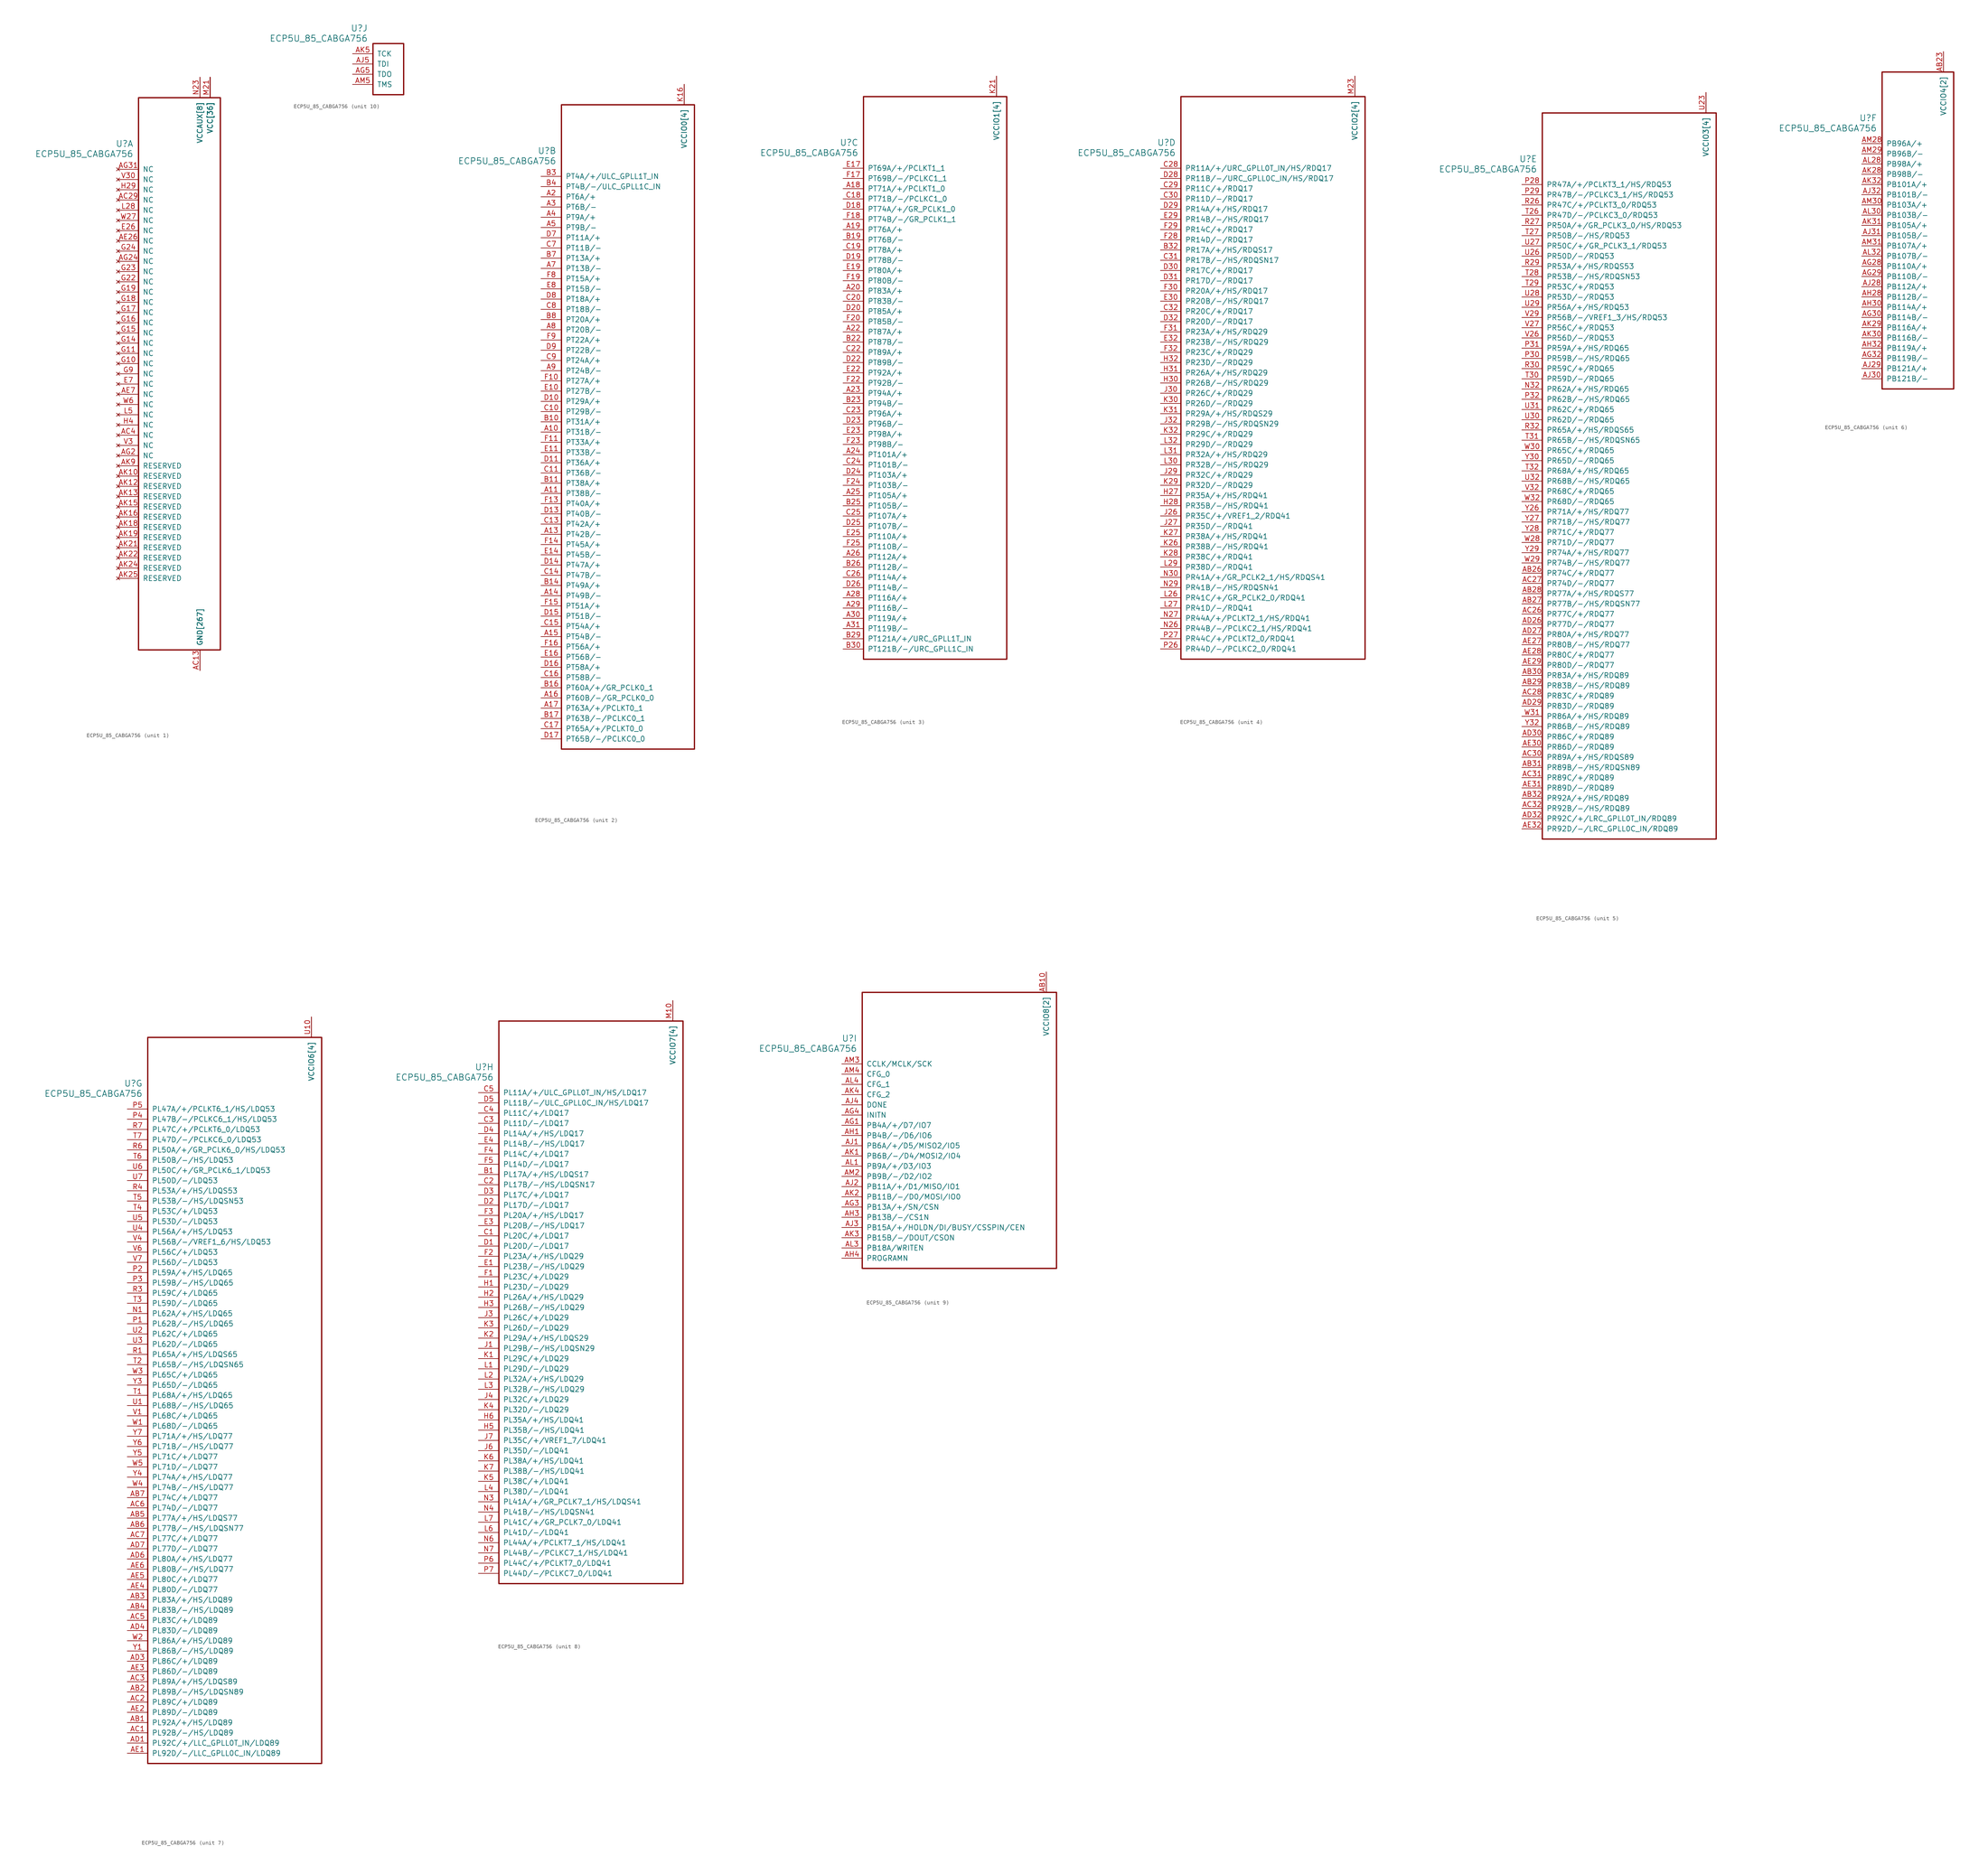
<source format=kicad_sym>
(kicad_symbol_lib
  (version 20241209)
  (generator "kicad_symbol_editor")
  (generator_version "9.0")
  (symbol "ECP5U_85_CABGA756"
    (pin_names
      (offset 1.016))
    (property "Reference" "U"
      (at 3.81 6.35 0)
      (effects (font (size 1.524 1.524)) (justify right)))
    (property "Value" "ECP5U_85_CABGA756"
      (at 3.81 3.81 0)
      (effects (font (size 1.524 1.524)) (justify right)))
    (property "ki_locked" ""
      (at 0 0 0)
      (effects (font (size 1.27 1.27))))
    (symbol "ECP5U_85_CABGA756_1_1"
      (rectangle (start 5.08 17.78) (end 25.4 -119.38) (stroke (width 0.305) (type solid)) (fill (type none)))
      (pin no_connect line (at 0 0 0) (length 5.08) (name "NC" (effects (font (size 1.27 1.27)))) (number "AG31" (effects (font (size 1.27 1.27)))))
      (pin no_connect line (at 0 -2.54 0) (length 5.08) (name "NC" (effects (font (size 1.27 1.27)))) (number "V30" (effects (font (size 1.27 1.27)))))
      (pin no_connect line (at 0 -5.08 0) (length 5.08) (name "NC" (effects (font (size 1.27 1.27)))) (number "H29" (effects (font (size 1.27 1.27)))))
      (pin no_connect line (at 0 -7.62 0) (length 5.08) (name "NC" (effects (font (size 1.27 1.27)))) (number "AC29" (effects (font (size 1.27 1.27)))))
      (pin no_connect line (at 0 -10.16 0) (length 5.08) (name "NC" (effects (font (size 1.27 1.27)))) (number "L28" (effects (font (size 1.27 1.27)))))
      (pin no_connect line (at 0 -12.7 0) (length 5.08) (name "NC" (effects (font (size 1.27 1.27)))) (number "W27" (effects (font (size 1.27 1.27)))))
      (pin no_connect line (at 0 -15.24 0) (length 5.08) (name "NC" (effects (font (size 1.27 1.27)))) (number "E26" (effects (font (size 1.27 1.27)))))
      (pin no_connect line (at 0 -17.78 0) (length 5.08) (name "NC" (effects (font (size 1.27 1.27)))) (number "AE26" (effects (font (size 1.27 1.27)))))
      (pin no_connect line (at 0 -20.32 0) (length 5.08) (name "NC" (effects (font (size 1.27 1.27)))) (number "G24" (effects (font (size 1.27 1.27)))))
      (pin no_connect line (at 0 -22.86 0) (length 5.08) (name "NC" (effects (font (size 1.27 1.27)))) (number "AG24" (effects (font (size 1.27 1.27)))))
      (pin no_connect line (at 0 -25.4 0) (length 5.08) (name "NC" (effects (font (size 1.27 1.27)))) (number "G23" (effects (font (size 1.27 1.27)))))
      (pin no_connect line (at 0 -27.94 0) (length 5.08) (name "NC" (effects (font (size 1.27 1.27)))) (number "G22" (effects (font (size 1.27 1.27)))))
      (pin no_connect line (at 0 -30.48 0) (length 5.08) (name "NC" (effects (font (size 1.27 1.27)))) (number "G19" (effects (font (size 1.27 1.27)))))
      (pin no_connect line (at 0 -33.02 0) (length 5.08) (name "NC" (effects (font (size 1.27 1.27)))) (number "G18" (effects (font (size 1.27 1.27)))))
      (pin no_connect line (at 0 -35.56 0) (length 5.08) (name "NC" (effects (font (size 1.27 1.27)))) (number "G17" (effects (font (size 1.27 1.27)))))
      (pin no_connect line (at 0 -38.1 0) (length 5.08) (name "NC" (effects (font (size 1.27 1.27)))) (number "G16" (effects (font (size 1.27 1.27)))))
      (pin no_connect line (at 0 -40.64 0) (length 5.08) (name "NC" (effects (font (size 1.27 1.27)))) (number "G15" (effects (font (size 1.27 1.27)))))
      (pin no_connect line (at 0 -43.18 0) (length 5.08) (name "NC" (effects (font (size 1.27 1.27)))) (number "G14" (effects (font (size 1.27 1.27)))))
      (pin no_connect line (at 0 -45.72 0) (length 5.08) (name "NC" (effects (font (size 1.27 1.27)))) (number "G11" (effects (font (size 1.27 1.27)))))
      (pin no_connect line (at 0 -48.26 0) (length 5.08) (name "NC" (effects (font (size 1.27 1.27)))) (number "G10" (effects (font (size 1.27 1.27)))))
      (pin no_connect line (at 0 -50.8 0) (length 5.08) (name "NC" (effects (font (size 1.27 1.27)))) (number "G9" (effects (font (size 1.27 1.27)))))
      (pin no_connect line (at 0 -53.34 0) (length 5.08) (name "NC" (effects (font (size 1.27 1.27)))) (number "E7" (effects (font (size 1.27 1.27)))))
      (pin no_connect line (at 0 -55.88 0) (length 5.08) (name "NC" (effects (font (size 1.27 1.27)))) (number "AE7" (effects (font (size 1.27 1.27)))))
      (pin no_connect line (at 0 -58.42 0) (length 5.08) (name "NC" (effects (font (size 1.27 1.27)))) (number "W6" (effects (font (size 1.27 1.27)))))
      (pin no_connect line (at 0 -60.96 0) (length 5.08) (name "NC" (effects (font (size 1.27 1.27)))) (number "L5" (effects (font (size 1.27 1.27)))))
      (pin no_connect line (at 0 -63.5 0) (length 5.08) (name "NC" (effects (font (size 1.27 1.27)))) (number "H4" (effects (font (size 1.27 1.27)))))
      (pin no_connect line (at 0 -66.04 0) (length 5.08) (name "NC" (effects (font (size 1.27 1.27)))) (number "AC4" (effects (font (size 1.27 1.27)))))
      (pin no_connect line (at 0 -68.58 0) (length 5.08) (name "NC" (effects (font (size 1.27 1.27)))) (number "V3" (effects (font (size 1.27 1.27)))))
      (pin no_connect line (at 0 -71.12 0) (length 5.08) (name "NC" (effects (font (size 1.27 1.27)))) (number "AG2" (effects (font (size 1.27 1.27)))))
      (pin no_connect line (at 0 -73.66 0) (length 5.08) (name "RESERVED" (effects (font (size 1.27 1.27)))) (number "AK9" (effects (font (size 1.27 1.27)))))
      (pin no_connect line (at 0 -76.2 0) (length 5.08) (name "RESERVED" (effects (font (size 1.27 1.27)))) (number "AK10" (effects (font (size 1.27 1.27)))))
      (pin no_connect line (at 0 -78.74 0) (length 5.08) (name "RESERVED" (effects (font (size 1.27 1.27)))) (number "AK12" (effects (font (size 1.27 1.27)))))
      (pin no_connect line (at 0 -81.28 0) (length 5.08) (name "RESERVED" (effects (font (size 1.27 1.27)))) (number "AK13" (effects (font (size 1.27 1.27)))))
      (pin no_connect line (at 0 -83.82 0) (length 5.08) (name "RESERVED" (effects (font (size 1.27 1.27)))) (number "AK15" (effects (font (size 1.27 1.27)))))
      (pin no_connect line (at 0 -86.36 0) (length 5.08) (name "RESERVED" (effects (font (size 1.27 1.27)))) (number "AK16" (effects (font (size 1.27 1.27)))))
      (pin no_connect line (at 0 -88.9 0) (length 5.08) (name "RESERVED" (effects (font (size 1.27 1.27)))) (number "AK18" (effects (font (size 1.27 1.27)))))
      (pin no_connect line (at 0 -91.44 0) (length 5.08) (name "RESERVED" (effects (font (size 1.27 1.27)))) (number "AK19" (effects (font (size 1.27 1.27)))))
      (pin no_connect line (at 0 -93.98 0) (length 5.08) (name "RESERVED" (effects (font (size 1.27 1.27)))) (number "AK21" (effects (font (size 1.27 1.27)))))
      (pin no_connect line (at 0 -96.52 0) (length 5.08) (name "RESERVED" (effects (font (size 1.27 1.27)))) (number "AK22" (effects (font (size 1.27 1.27)))))
      (pin no_connect line (at 0 -99.06 0) (length 5.08) (name "RESERVED" (effects (font (size 1.27 1.27)))) (number "AK24" (effects (font (size 1.27 1.27)))))
      (pin no_connect line (at 0 -101.6 0) (length 5.08) (name "RESERVED" (effects (font (size 1.27 1.27)))) (number "AK25" (effects (font (size 1.27 1.27)))))
      (pin power_in line (at 20.32 22.86 270) (length 5.08) (name "VCCAUX[8]" (effects (font (size 1.27 1.27)))) (number "AC11" (effects (font (size 0 0)))))
      (pin power_in line (at 20.32 22.86 270) (length 5.08) (name "VCCAUX[8]" (effects (font (size 1.27 1.27)))) (number "AC22" (effects (font (size 0 0)))))
      (pin power_in line (at 20.32 22.86 270) (length 5.08) (name "VCCAUX[8]" (effects (font (size 1.27 1.27)))) (number "K13" (effects (font (size 0 0)))))
      (pin power_in line (at 20.32 22.86 270) (length 5.08) (name "VCCAUX[8]" (effects (font (size 1.27 1.27)))) (number "K20" (effects (font (size 0 0)))))
      (pin power_in line (at 20.32 22.86 270) (length 5.08) (name "VCCAUX[8]" (effects (font (size 1.27 1.27)))) (number "N10" (effects (font (size 0 0)))))
      (pin power_in line (at 20.32 22.86 270) (length 5.08) (name "VCCAUX[8]" (effects (font (size 1.27 1.27)))) (number "N23" (effects (font (size 1.27 1.27)))))
      (pin power_in line (at 20.32 22.86 270) (length 5.08) (name "VCCAUX[8]" (effects (font (size 1.27 1.27)))) (number "Y10" (effects (font (size 0 0)))))
      (pin power_in line (at 20.32 22.86 270) (length 5.08) (name "VCCAUX[8]" (effects (font (size 1.27 1.27)))) (number "Y23" (effects (font (size 0 0)))))
      (pin power_in line (at 20.32 -124.46 90) (length 5.08) (name "GND[267]" (effects (font (size 1.27 1.27)))) (number "AA11" (effects (font (size 0 0)))))
      (pin power_in line (at 20.32 -124.46 90) (length 5.08) (name "GND[267]" (effects (font (size 1.27 1.27)))) (number "AA22" (effects (font (size 0 0)))))
      (pin power_in line (at 20.32 -124.46 90) (length 5.08) (name "GND[267]" (effects (font (size 1.27 1.27)))) (number "AB11" (effects (font (size 0 0)))))
      (pin power_in line (at 20.32 -124.46 90) (length 5.08) (name "GND[267]" (effects (font (size 1.27 1.27)))) (number "AB12" (effects (font (size 0 0)))))
      (pin power_in line (at 20.32 -124.46 90) (length 5.08) (name "GND[267]" (effects (font (size 1.27 1.27)))) (number "AB13" (effects (font (size 0 0)))))
      (pin power_in line (at 20.32 -124.46 90) (length 5.08) (name "GND[267]" (effects (font (size 1.27 1.27)))) (number "AB14" (effects (font (size 0 0)))))
      (pin power_in line (at 20.32 -124.46 90) (length 5.08) (name "GND[267]" (effects (font (size 1.27 1.27)))) (number "AB15" (effects (font (size 0 0)))))
      (pin power_in line (at 20.32 -124.46 90) (length 5.08) (name "GND[267]" (effects (font (size 1.27 1.27)))) (number "AB16" (effects (font (size 0 0)))))
      (pin power_in line (at 20.32 -124.46 90) (length 5.08) (name "GND[267]" (effects (font (size 1.27 1.27)))) (number "AB17" (effects (font (size 0 0)))))
      (pin power_in line (at 20.32 -124.46 90) (length 5.08) (name "GND[267]" (effects (font (size 1.27 1.27)))) (number "AB18" (effects (font (size 0 0)))))
      (pin power_in line (at 20.32 -124.46 90) (length 5.08) (name "GND[267]" (effects (font (size 1.27 1.27)))) (number "AB19" (effects (font (size 0 0)))))
      (pin power_in line (at 20.32 -124.46 90) (length 5.08) (name "GND[267]" (effects (font (size 1.27 1.27)))) (number "AB20" (effects (font (size 0 0)))))
      (pin power_in line (at 20.32 -124.46 90) (length 5.08) (name "GND[267]" (effects (font (size 1.27 1.27)))) (number "AB21" (effects (font (size 0 0)))))
      (pin power_in line (at 20.32 -124.46 90) (length 5.08) (name "GND[267]" (effects (font (size 1.27 1.27)))) (number "AB22" (effects (font (size 0 0)))))
      (pin power_in line (at 20.32 -124.46 90) (length 5.08) (name "GND[267]" (effects (font (size 1.27 1.27)))) (number "AC12" (effects (font (size 0 0)))))
      (pin power_in line (at 20.32 -124.46 90) (length 5.08) (name "GND[267]" (effects (font (size 1.27 1.27)))) (number "AC13" (effects (font (size 1.27 1.27)))))
      (pin power_in line (at 20.32 -124.46 90) (length 5.08) (name "GND[267]" (effects (font (size 1.27 1.27)))) (number "AC14" (effects (font (size 0 0)))))
      (pin power_in line (at 20.32 -124.46 90) (length 5.08) (name "GND[267]" (effects (font (size 1.27 1.27)))) (number "AC15" (effects (font (size 0 0)))))
      (pin power_in line (at 20.32 -124.46 90) (length 5.08) (name "GND[267]" (effects (font (size 1.27 1.27)))) (number "AC16" (effects (font (size 0 0)))))
      (pin power_in line (at 20.32 -124.46 90) (length 5.08) (name "GND[267]" (effects (font (size 1.27 1.27)))) (number "AC17" (effects (font (size 0 0)))))
      (pin power_in line (at 20.32 -124.46 90) (length 5.08) (name "GND[267]" (effects (font (size 1.27 1.27)))) (number "AC18" (effects (font (size 0 0)))))
      (pin power_in line (at 20.32 -124.46 90) (length 5.08) (name "GND[267]" (effects (font (size 1.27 1.27)))) (number "AC19" (effects (font (size 0 0)))))
      (pin power_in line (at 20.32 -124.46 90) (length 5.08) (name "GND[267]" (effects (font (size 1.27 1.27)))) (number "AC20" (effects (font (size 0 0)))))
      (pin power_in line (at 20.32 -124.46 90) (length 5.08) (name "GND[267]" (effects (font (size 1.27 1.27)))) (number "AC21" (effects (font (size 0 0)))))
      (pin power_in line (at 20.32 -124.46 90) (length 5.08) (name "GND[267]" (effects (font (size 1.27 1.27)))) (number "AD2" (effects (font (size 0 0)))))
      (pin power_in line (at 20.32 -124.46 90) (length 5.08) (name "GND[267]" (effects (font (size 1.27 1.27)))) (number "AD28" (effects (font (size 0 0)))))
      (pin power_in line (at 20.32 -124.46 90) (length 5.08) (name "GND[267]" (effects (font (size 1.27 1.27)))) (number "AD31" (effects (font (size 0 0)))))
      (pin power_in line (at 20.32 -124.46 90) (length 5.08) (name "GND[267]" (effects (font (size 1.27 1.27)))) (number "AD5" (effects (font (size 0 0)))))
      (pin power_in line (at 20.32 -124.46 90) (length 5.08) (name "GND[267]" (effects (font (size 1.27 1.27)))) (number "AF11" (effects (font (size 0 0)))))
      (pin power_in line (at 20.32 -124.46 90) (length 5.08) (name "GND[267]" (effects (font (size 1.27 1.27)))) (number "AF12" (effects (font (size 0 0)))))
      (pin power_in line (at 20.32 -124.46 90) (length 5.08) (name "GND[267]" (effects (font (size 1.27 1.27)))) (number "AF14" (effects (font (size 0 0)))))
      (pin power_in line (at 20.32 -124.46 90) (length 5.08) (name "GND[267]" (effects (font (size 1.27 1.27)))) (number "AF15" (effects (font (size 0 0)))))
      (pin power_in line (at 20.32 -124.46 90) (length 5.08) (name "GND[267]" (effects (font (size 1.27 1.27)))) (number "AF16" (effects (font (size 0 0)))))
      (pin power_in line (at 20.32 -124.46 90) (length 5.08) (name "GND[267]" (effects (font (size 1.27 1.27)))) (number "AF17" (effects (font (size 0 0)))))
      (pin power_in line (at 20.32 -124.46 90) (length 5.08) (name "GND[267]" (effects (font (size 1.27 1.27)))) (number "AF19" (effects (font (size 0 0)))))
      (pin power_in line (at 20.32 -124.46 90) (length 5.08) (name "GND[267]" (effects (font (size 1.27 1.27)))) (number "AF20" (effects (font (size 0 0)))))
      (pin power_in line (at 20.32 -124.46 90) (length 5.08) (name "GND[267]" (effects (font (size 1.27 1.27)))) (number "AF22" (effects (font (size 0 0)))))
      (pin power_in line (at 20.32 -124.46 90) (length 5.08) (name "GND[267]" (effects (font (size 1.27 1.27)))) (number "AF23" (effects (font (size 0 0)))))
      (pin power_in line (at 20.32 -124.46 90) (length 5.08) (name "GND[267]" (effects (font (size 1.27 1.27)))) (number "AG11" (effects (font (size 0 0)))))
      (pin power_in line (at 20.32 -124.46 90) (length 5.08) (name "GND[267]" (effects (font (size 1.27 1.27)))) (number "AG12" (effects (font (size 0 0)))))
      (pin power_in line (at 20.32 -124.46 90) (length 5.08) (name "GND[267]" (effects (font (size 1.27 1.27)))) (number "AG14" (effects (font (size 0 0)))))
      (pin power_in line (at 20.32 -124.46 90) (length 5.08) (name "GND[267]" (effects (font (size 1.27 1.27)))) (number "AG15" (effects (font (size 0 0)))))
      (pin power_in line (at 20.32 -124.46 90) (length 5.08) (name "GND[267]" (effects (font (size 1.27 1.27)))) (number "AG16" (effects (font (size 0 0)))))
      (pin power_in line (at 20.32 -124.46 90) (length 5.08) (name "GND[267]" (effects (font (size 1.27 1.27)))) (number "AG17" (effects (font (size 0 0)))))
      (pin power_in line (at 20.32 -124.46 90) (length 5.08) (name "GND[267]" (effects (font (size 1.27 1.27)))) (number "AG19" (effects (font (size 0 0)))))
      (pin power_in line (at 20.32 -124.46 90) (length 5.08) (name "GND[267]" (effects (font (size 1.27 1.27)))) (number "AG20" (effects (font (size 0 0)))))
      (pin power_in line (at 20.32 -124.46 90) (length 5.08) (name "GND[267]" (effects (font (size 1.27 1.27)))) (number "AG22" (effects (font (size 0 0)))))
      (pin power_in line (at 20.32 -124.46 90) (length 5.08) (name "GND[267]" (effects (font (size 1.27 1.27)))) (number "AG23" (effects (font (size 0 0)))))
      (pin power_in line (at 20.32 -124.46 90) (length 5.08) (name "GND[267]" (effects (font (size 1.27 1.27)))) (number "AG9" (effects (font (size 0 0)))))
      (pin power_in line (at 20.32 -124.46 90) (length 5.08) (name "GND[267]" (effects (font (size 1.27 1.27)))) (number "AH11" (effects (font (size 0 0)))))
      (pin power_in line (at 20.32 -124.46 90) (length 5.08) (name "GND[267]" (effects (font (size 1.27 1.27)))) (number "AH12" (effects (font (size 0 0)))))
      (pin power_in line (at 20.32 -124.46 90) (length 5.08) (name "GND[267]" (effects (font (size 1.27 1.27)))) (number "AH14" (effects (font (size 0 0)))))
      (pin power_in line (at 20.32 -124.46 90) (length 5.08) (name "GND[267]" (effects (font (size 1.27 1.27)))) (number "AH15" (effects (font (size 0 0)))))
      (pin power_in line (at 20.32 -124.46 90) (length 5.08) (name "GND[267]" (effects (font (size 1.27 1.27)))) (number "AH16" (effects (font (size 0 0)))))
      (pin power_in line (at 20.32 -124.46 90) (length 5.08) (name "GND[267]" (effects (font (size 1.27 1.27)))) (number "AH17" (effects (font (size 0 0)))))
      (pin power_in line (at 20.32 -124.46 90) (length 5.08) (name "GND[267]" (effects (font (size 1.27 1.27)))) (number "AH19" (effects (font (size 0 0)))))
      (pin power_in line (at 20.32 -124.46 90) (length 5.08) (name "GND[267]" (effects (font (size 1.27 1.27)))) (number "AH2" (effects (font (size 0 0)))))
      (pin power_in line (at 20.32 -124.46 90) (length 5.08) (name "GND[267]" (effects (font (size 1.27 1.27)))) (number "AH20" (effects (font (size 0 0)))))
      (pin power_in line (at 20.32 -124.46 90) (length 5.08) (name "GND[267]" (effects (font (size 1.27 1.27)))) (number "AH22" (effects (font (size 0 0)))))
      (pin power_in line (at 20.32 -124.46 90) (length 5.08) (name "GND[267]" (effects (font (size 1.27 1.27)))) (number "AH23" (effects (font (size 0 0)))))
      (pin power_in line (at 20.32 -124.46 90) (length 5.08) (name "GND[267]" (effects (font (size 1.27 1.27)))) (number "AH24" (effects (font (size 0 0)))))
      (pin power_in line (at 20.32 -124.46 90) (length 5.08) (name "GND[267]" (effects (font (size 1.27 1.27)))) (number "AH25" (effects (font (size 0 0)))))
      (pin power_in line (at 20.32 -124.46 90) (length 5.08) (name "GND[267]" (effects (font (size 1.27 1.27)))) (number "AH26" (effects (font (size 0 0)))))
      (pin power_in line (at 20.32 -124.46 90) (length 5.08) (name "GND[267]" (effects (font (size 1.27 1.27)))) (number "AH29" (effects (font (size 0 0)))))
      (pin power_in line (at 20.32 -124.46 90) (length 5.08) (name "GND[267]" (effects (font (size 1.27 1.27)))) (number "AH31" (effects (font (size 0 0)))))
      (pin power_in line (at 20.32 -124.46 90) (length 5.08) (name "GND[267]" (effects (font (size 1.27 1.27)))) (number "AH5" (effects (font (size 0 0)))))
      (pin power_in line (at 20.32 -124.46 90) (length 5.08) (name "GND[267]" (effects (font (size 1.27 1.27)))) (number "AH7" (effects (font (size 0 0)))))
      (pin power_in line (at 20.32 -124.46 90) (length 5.08) (name "GND[267]" (effects (font (size 1.27 1.27)))) (number "AH8" (effects (font (size 0 0)))))
      (pin power_in line (at 20.32 -124.46 90) (length 5.08) (name "GND[267]" (effects (font (size 1.27 1.27)))) (number "AH9" (effects (font (size 0 0)))))
      (pin power_in line (at 20.32 -124.46 90) (length 5.08) (name "GND[267]" (effects (font (size 1.27 1.27)))) (number "AJ10" (effects (font (size 0 0)))))
      (pin power_in line (at 20.32 -124.46 90) (length 5.08) (name "GND[267]" (effects (font (size 1.27 1.27)))) (number "AJ11" (effects (font (size 0 0)))))
      (pin power_in line (at 20.32 -124.46 90) (length 5.08) (name "GND[267]" (effects (font (size 1.27 1.27)))) (number "AJ12" (effects (font (size 0 0)))))
      (pin power_in line (at 20.32 -124.46 90) (length 5.08) (name "GND[267]" (effects (font (size 1.27 1.27)))) (number "AJ13" (effects (font (size 0 0)))))
      (pin power_in line (at 20.32 -124.46 90) (length 5.08) (name "GND[267]" (effects (font (size 1.27 1.27)))) (number "AJ14" (effects (font (size 0 0)))))
      (pin power_in line (at 20.32 -124.46 90) (length 5.08) (name "GND[267]" (effects (font (size 1.27 1.27)))) (number "AJ15" (effects (font (size 0 0)))))
      (pin power_in line (at 20.32 -124.46 90) (length 5.08) (name "GND[267]" (effects (font (size 1.27 1.27)))) (number "AJ16" (effects (font (size 0 0)))))
      (pin power_in line (at 20.32 -124.46 90) (length 5.08) (name "GND[267]" (effects (font (size 1.27 1.27)))) (number "AJ17" (effects (font (size 0 0)))))
      (pin power_in line (at 20.32 -124.46 90) (length 5.08) (name "GND[267]" (effects (font (size 1.27 1.27)))) (number "AJ18" (effects (font (size 0 0)))))
      (pin power_in line (at 20.32 -124.46 90) (length 5.08) (name "GND[267]" (effects (font (size 1.27 1.27)))) (number "AJ19" (effects (font (size 0 0)))))
      (pin power_in line (at 20.32 -124.46 90) (length 5.08) (name "GND[267]" (effects (font (size 1.27 1.27)))) (number "AJ20" (effects (font (size 0 0)))))
      (pin power_in line (at 20.32 -124.46 90) (length 5.08) (name "GND[267]" (effects (font (size 1.27 1.27)))) (number "AJ21" (effects (font (size 0 0)))))
      (pin power_in line (at 20.32 -124.46 90) (length 5.08) (name "GND[267]" (effects (font (size 1.27 1.27)))) (number "AJ22" (effects (font (size 0 0)))))
      (pin power_in line (at 20.32 -124.46 90) (length 5.08) (name "GND[267]" (effects (font (size 1.27 1.27)))) (number "AJ23" (effects (font (size 0 0)))))
      (pin power_in line (at 20.32 -124.46 90) (length 5.08) (name "GND[267]" (effects (font (size 1.27 1.27)))) (number "AJ24" (effects (font (size 0 0)))))
      (pin power_in line (at 20.32 -124.46 90) (length 5.08) (name "GND[267]" (effects (font (size 1.27 1.27)))) (number "AJ25" (effects (font (size 0 0)))))
      (pin power_in line (at 20.32 -124.46 90) (length 5.08) (name "GND[267]" (effects (font (size 1.27 1.27)))) (number "AJ26" (effects (font (size 0 0)))))
      (pin power_in line (at 20.32 -124.46 90) (length 5.08) (name "GND[267]" (effects (font (size 1.27 1.27)))) (number "AJ7" (effects (font (size 0 0)))))
      (pin power_in line (at 20.32 -124.46 90) (length 5.08) (name "GND[267]" (effects (font (size 1.27 1.27)))) (number "AJ8" (effects (font (size 0 0)))))
      (pin power_in line (at 20.32 -124.46 90) (length 5.08) (name "GND[267]" (effects (font (size 1.27 1.27)))) (number "AJ9" (effects (font (size 0 0)))))
      (pin power_in line (at 20.32 -124.46 90) (length 5.08) (name "GND[267]" (effects (font (size 1.27 1.27)))) (number "AK11" (effects (font (size 0 0)))))
      (pin power_in line (at 20.32 -124.46 90) (length 5.08) (name "GND[267]" (effects (font (size 1.27 1.27)))) (number "AK14" (effects (font (size 0 0)))))
      (pin power_in line (at 20.32 -124.46 90) (length 5.08) (name "GND[267]" (effects (font (size 1.27 1.27)))) (number "AK17" (effects (font (size 0 0)))))
      (pin power_in line (at 20.32 -124.46 90) (length 5.08) (name "GND[267]" (effects (font (size 1.27 1.27)))) (number "AK20" (effects (font (size 0 0)))))
      (pin power_in line (at 20.32 -124.46 90) (length 5.08) (name "GND[267]" (effects (font (size 1.27 1.27)))) (number "AK23" (effects (font (size 0 0)))))
      (pin power_in line (at 20.32 -124.46 90) (length 5.08) (name "GND[267]" (effects (font (size 1.27 1.27)))) (number "AK26" (effects (font (size 0 0)))))
      (pin power_in line (at 20.32 -124.46 90) (length 5.08) (name "GND[267]" (effects (font (size 1.27 1.27)))) (number "AK7" (effects (font (size 0 0)))))
      (pin power_in line (at 20.32 -124.46 90) (length 5.08) (name "GND[267]" (effects (font (size 1.27 1.27)))) (number "AK8" (effects (font (size 0 0)))))
      (pin power_in line (at 20.32 -124.46 90) (length 5.08) (name "GND[267]" (effects (font (size 1.27 1.27)))) (number "AL11" (effects (font (size 0 0)))))
      (pin power_in line (at 20.32 -124.46 90) (length 5.08) (name "GND[267]" (effects (font (size 1.27 1.27)))) (number "AL12" (effects (font (size 0 0)))))
      (pin power_in line (at 20.32 -124.46 90) (length 5.08) (name "GND[267]" (effects (font (size 1.27 1.27)))) (number "AL14" (effects (font (size 0 0)))))
      (pin power_in line (at 20.32 -124.46 90) (length 5.08) (name "GND[267]" (effects (font (size 1.27 1.27)))) (number "AL15" (effects (font (size 0 0)))))
      (pin power_in line (at 20.32 -124.46 90) (length 5.08) (name "GND[267]" (effects (font (size 1.27 1.27)))) (number "AL17" (effects (font (size 0 0)))))
      (pin power_in line (at 20.32 -124.46 90) (length 5.08) (name "GND[267]" (effects (font (size 1.27 1.27)))) (number "AL18" (effects (font (size 0 0)))))
      (pin power_in line (at 20.32 -124.46 90) (length 5.08) (name "GND[267]" (effects (font (size 1.27 1.27)))) (number "AL2" (effects (font (size 0 0)))))
      (pin power_in line (at 20.32 -124.46 90) (length 5.08) (name "GND[267]" (effects (font (size 1.27 1.27)))) (number "AL20" (effects (font (size 0 0)))))
      (pin power_in line (at 20.32 -124.46 90) (length 5.08) (name "GND[267]" (effects (font (size 1.27 1.27)))) (number "AL21" (effects (font (size 0 0)))))
      (pin power_in line (at 20.32 -124.46 90) (length 5.08) (name "GND[267]" (effects (font (size 1.27 1.27)))) (number "AL23" (effects (font (size 0 0)))))
      (pin power_in line (at 20.32 -124.46 90) (length 5.08) (name "GND[267]" (effects (font (size 1.27 1.27)))) (number "AL24" (effects (font (size 0 0)))))
      (pin power_in line (at 20.32 -124.46 90) (length 5.08) (name "GND[267]" (effects (font (size 1.27 1.27)))) (number "AL26" (effects (font (size 0 0)))))
      (pin power_in line (at 20.32 -124.46 90) (length 5.08) (name "GND[267]" (effects (font (size 1.27 1.27)))) (number "AL29" (effects (font (size 0 0)))))
      (pin power_in line (at 20.32 -124.46 90) (length 5.08) (name "GND[267]" (effects (font (size 1.27 1.27)))) (number "AL31" (effects (font (size 0 0)))))
      (pin power_in line (at 20.32 -124.46 90) (length 5.08) (name "GND[267]" (effects (font (size 1.27 1.27)))) (number "AL5" (effects (font (size 0 0)))))
      (pin power_in line (at 20.32 -124.46 90) (length 5.08) (name "GND[267]" (effects (font (size 1.27 1.27)))) (number "AL7" (effects (font (size 0 0)))))
      (pin power_in line (at 20.32 -124.46 90) (length 5.08) (name "GND[267]" (effects (font (size 1.27 1.27)))) (number "AL8" (effects (font (size 0 0)))))
      (pin power_in line (at 20.32 -124.46 90) (length 5.08) (name "GND[267]" (effects (font (size 1.27 1.27)))) (number "AL9" (effects (font (size 0 0)))))
      (pin power_in line (at 20.32 -124.46 90) (length 5.08) (name "GND[267]" (effects (font (size 1.27 1.27)))) (number "AM11" (effects (font (size 0 0)))))
      (pin power_in line (at 20.32 -124.46 90) (length 5.08) (name "GND[267]" (effects (font (size 1.27 1.27)))) (number "AM12" (effects (font (size 0 0)))))
      (pin power_in line (at 20.32 -124.46 90) (length 5.08) (name "GND[267]" (effects (font (size 1.27 1.27)))) (number "AM14" (effects (font (size 0 0)))))
      (pin power_in line (at 20.32 -124.46 90) (length 5.08) (name "GND[267]" (effects (font (size 1.27 1.27)))) (number "AM15" (effects (font (size 0 0)))))
      (pin power_in line (at 20.32 -124.46 90) (length 5.08) (name "GND[267]" (effects (font (size 1.27 1.27)))) (number "AM17" (effects (font (size 0 0)))))
      (pin power_in line (at 20.32 -124.46 90) (length 5.08) (name "GND[267]" (effects (font (size 1.27 1.27)))) (number "AM18" (effects (font (size 0 0)))))
      (pin power_in line (at 20.32 -124.46 90) (length 5.08) (name "GND[267]" (effects (font (size 1.27 1.27)))) (number "AM20" (effects (font (size 0 0)))))
      (pin power_in line (at 20.32 -124.46 90) (length 5.08) (name "GND[267]" (effects (font (size 1.27 1.27)))) (number "AM21" (effects (font (size 0 0)))))
      (pin power_in line (at 20.32 -124.46 90) (length 5.08) (name "GND[267]" (effects (font (size 1.27 1.27)))) (number "AM23" (effects (font (size 0 0)))))
      (pin power_in line (at 20.32 -124.46 90) (length 5.08) (name "GND[267]" (effects (font (size 1.27 1.27)))) (number "AM24" (effects (font (size 0 0)))))
      (pin power_in line (at 20.32 -124.46 90) (length 5.08) (name "GND[267]" (effects (font (size 1.27 1.27)))) (number "AM26" (effects (font (size 0 0)))))
      (pin power_in line (at 20.32 -124.46 90) (length 5.08) (name "GND[267]" (effects (font (size 1.27 1.27)))) (number "AM7" (effects (font (size 0 0)))))
      (pin power_in line (at 20.32 -124.46 90) (length 5.08) (name "GND[267]" (effects (font (size 1.27 1.27)))) (number "AM8" (effects (font (size 0 0)))))
      (pin power_in line (at 20.32 -124.46 90) (length 5.08) (name "GND[267]" (effects (font (size 1.27 1.27)))) (number "AM9" (effects (font (size 0 0)))))
      (pin power_in line (at 20.32 -124.46 90) (length 5.08) (name "GND[267]" (effects (font (size 1.27 1.27)))) (number "B13" (effects (font (size 0 0)))))
      (pin power_in line (at 20.32 -124.46 90) (length 5.08) (name "GND[267]" (effects (font (size 1.27 1.27)))) (number "B15" (effects (font (size 0 0)))))
      (pin power_in line (at 20.32 -124.46 90) (length 5.08) (name "GND[267]" (effects (font (size 1.27 1.27)))) (number "B18" (effects (font (size 0 0)))))
      (pin power_in line (at 20.32 -124.46 90) (length 5.08) (name "GND[267]" (effects (font (size 1.27 1.27)))) (number "B2" (effects (font (size 0 0)))))
      (pin power_in line (at 20.32 -124.46 90) (length 5.08) (name "GND[267]" (effects (font (size 1.27 1.27)))) (number "B20" (effects (font (size 0 0)))))
      (pin power_in line (at 20.32 -124.46 90) (length 5.08) (name "GND[267]" (effects (font (size 1.27 1.27)))) (number "B24" (effects (font (size 0 0)))))
      (pin power_in line (at 20.32 -124.46 90) (length 5.08) (name "GND[267]" (effects (font (size 1.27 1.27)))) (number "B28" (effects (font (size 0 0)))))
      (pin power_in line (at 20.32 -124.46 90) (length 5.08) (name "GND[267]" (effects (font (size 1.27 1.27)))) (number "B31" (effects (font (size 0 0)))))
      (pin power_in line (at 20.32 -124.46 90) (length 5.08) (name "GND[267]" (effects (font (size 1.27 1.27)))) (number "B5" (effects (font (size 0 0)))))
      (pin power_in line (at 20.32 -124.46 90) (length 5.08) (name "GND[267]" (effects (font (size 1.27 1.27)))) (number "B9" (effects (font (size 0 0)))))
      (pin power_in line (at 20.32 -124.46 90) (length 5.08) (name "GND[267]" (effects (font (size 1.27 1.27)))) (number "E13" (effects (font (size 0 0)))))
      (pin power_in line (at 20.32 -124.46 90) (length 5.08) (name "GND[267]" (effects (font (size 1.27 1.27)))) (number "E15" (effects (font (size 0 0)))))
      (pin power_in line (at 20.32 -124.46 90) (length 5.08) (name "GND[267]" (effects (font (size 1.27 1.27)))) (number "E18" (effects (font (size 0 0)))))
      (pin power_in line (at 20.32 -124.46 90) (length 5.08) (name "GND[267]" (effects (font (size 1.27 1.27)))) (number "E2" (effects (font (size 0 0)))))
      (pin power_in line (at 20.32 -124.46 90) (length 5.08) (name "GND[267]" (effects (font (size 1.27 1.27)))) (number "E20" (effects (font (size 0 0)))))
      (pin power_in line (at 20.32 -124.46 90) (length 5.08) (name "GND[267]" (effects (font (size 1.27 1.27)))) (number "E24" (effects (font (size 0 0)))))
      (pin power_in line (at 20.32 -124.46 90) (length 5.08) (name "GND[267]" (effects (font (size 1.27 1.27)))) (number "E28" (effects (font (size 0 0)))))
      (pin power_in line (at 20.32 -124.46 90) (length 5.08) (name "GND[267]" (effects (font (size 1.27 1.27)))) (number "E31" (effects (font (size 0 0)))))
      (pin power_in line (at 20.32 -124.46 90) (length 5.08) (name "GND[267]" (effects (font (size 1.27 1.27)))) (number "E5" (effects (font (size 0 0)))))
      (pin power_in line (at 20.32 -124.46 90) (length 5.08) (name "GND[267]" (effects (font (size 1.27 1.27)))) (number "E9" (effects (font (size 0 0)))))
      (pin power_in line (at 20.32 -124.46 90) (length 5.08) (name "GND[267]" (effects (font (size 1.27 1.27)))) (number "J2" (effects (font (size 0 0)))))
      (pin power_in line (at 20.32 -124.46 90) (length 5.08) (name "GND[267]" (effects (font (size 1.27 1.27)))) (number "J28" (effects (font (size 0 0)))))
      (pin power_in line (at 20.32 -124.46 90) (length 5.08) (name "GND[267]" (effects (font (size 1.27 1.27)))) (number "J31" (effects (font (size 0 0)))))
      (pin power_in line (at 20.32 -124.46 90) (length 5.08) (name "GND[267]" (effects (font (size 1.27 1.27)))) (number "J5" (effects (font (size 0 0)))))
      (pin power_in line (at 20.32 -124.46 90) (length 5.08) (name "GND[267]" (effects (font (size 1.27 1.27)))) (number "K10" (effects (font (size 0 0)))))
      (pin power_in line (at 20.32 -124.46 90) (length 5.08) (name "GND[267]" (effects (font (size 1.27 1.27)))) (number "K11" (effects (font (size 0 0)))))
      (pin power_in line (at 20.32 -124.46 90) (length 5.08) (name "GND[267]" (effects (font (size 1.27 1.27)))) (number "K22" (effects (font (size 0 0)))))
      (pin power_in line (at 20.32 -124.46 90) (length 5.08) (name "GND[267]" (effects (font (size 1.27 1.27)))) (number "K23" (effects (font (size 0 0)))))
      (pin power_in line (at 20.32 -124.46 90) (length 5.08) (name "GND[267]" (effects (font (size 1.27 1.27)))) (number "L10" (effects (font (size 0 0)))))
      (pin power_in line (at 20.32 -124.46 90) (length 5.08) (name "GND[267]" (effects (font (size 1.27 1.27)))) (number "L11" (effects (font (size 0 0)))))
      (pin power_in line (at 20.32 -124.46 90) (length 5.08) (name "GND[267]" (effects (font (size 1.27 1.27)))) (number "L12" (effects (font (size 0 0)))))
      (pin power_in line (at 20.32 -124.46 90) (length 5.08) (name "GND[267]" (effects (font (size 1.27 1.27)))) (number "L13" (effects (font (size 0 0)))))
      (pin power_in line (at 20.32 -124.46 90) (length 5.08) (name "GND[267]" (effects (font (size 1.27 1.27)))) (number "L14" (effects (font (size 0 0)))))
      (pin power_in line (at 20.32 -124.46 90) (length 5.08) (name "GND[267]" (effects (font (size 1.27 1.27)))) (number "L15" (effects (font (size 0 0)))))
      (pin power_in line (at 20.32 -124.46 90) (length 5.08) (name "GND[267]" (effects (font (size 1.27 1.27)))) (number "L16" (effects (font (size 0 0)))))
      (pin power_in line (at 20.32 -124.46 90) (length 5.08) (name "GND[267]" (effects (font (size 1.27 1.27)))) (number "L17" (effects (font (size 0 0)))))
      (pin power_in line (at 20.32 -124.46 90) (length 5.08) (name "GND[267]" (effects (font (size 1.27 1.27)))) (number "L18" (effects (font (size 0 0)))))
      (pin power_in line (at 20.32 -124.46 90) (length 5.08) (name "GND[267]" (effects (font (size 1.27 1.27)))) (number "L19" (effects (font (size 0 0)))))
      (pin power_in line (at 20.32 -124.46 90) (length 5.08) (name "GND[267]" (effects (font (size 1.27 1.27)))) (number "L20" (effects (font (size 0 0)))))
      (pin power_in line (at 20.32 -124.46 90) (length 5.08) (name "GND[267]" (effects (font (size 1.27 1.27)))) (number "L21" (effects (font (size 0 0)))))
      (pin power_in line (at 20.32 -124.46 90) (length 5.08) (name "GND[267]" (effects (font (size 1.27 1.27)))) (number "L22" (effects (font (size 0 0)))))
      (pin power_in line (at 20.32 -124.46 90) (length 5.08) (name "GND[267]" (effects (font (size 1.27 1.27)))) (number "L23" (effects (font (size 0 0)))))
      (pin power_in line (at 20.32 -124.46 90) (length 5.08) (name "GND[267]" (effects (font (size 1.27 1.27)))) (number "M11" (effects (font (size 0 0)))))
      (pin power_in line (at 20.32 -124.46 90) (length 5.08) (name "GND[267]" (effects (font (size 1.27 1.27)))) (number "M22" (effects (font (size 0 0)))))
      (pin power_in line (at 20.32 -124.46 90) (length 5.08) (name "GND[267]" (effects (font (size 1.27 1.27)))) (number "N11" (effects (font (size 0 0)))))
      (pin power_in line (at 20.32 -124.46 90) (length 5.08) (name "GND[267]" (effects (font (size 1.27 1.27)))) (number "N13" (effects (font (size 0 0)))))
      (pin power_in line (at 20.32 -124.46 90) (length 5.08) (name "GND[267]" (effects (font (size 1.27 1.27)))) (number "N14" (effects (font (size 0 0)))))
      (pin power_in line (at 20.32 -124.46 90) (length 5.08) (name "GND[267]" (effects (font (size 1.27 1.27)))) (number "N15" (effects (font (size 0 0)))))
      (pin power_in line (at 20.32 -124.46 90) (length 5.08) (name "GND[267]" (effects (font (size 1.27 1.27)))) (number "N16" (effects (font (size 0 0)))))
      (pin power_in line (at 20.32 -124.46 90) (length 5.08) (name "GND[267]" (effects (font (size 1.27 1.27)))) (number "N17" (effects (font (size 0 0)))))
      (pin power_in line (at 20.32 -124.46 90) (length 5.08) (name "GND[267]" (effects (font (size 1.27 1.27)))) (number "N18" (effects (font (size 0 0)))))
      (pin power_in line (at 20.32 -124.46 90) (length 5.08) (name "GND[267]" (effects (font (size 1.27 1.27)))) (number "N19" (effects (font (size 0 0)))))
      (pin power_in line (at 20.32 -124.46 90) (length 5.08) (name "GND[267]" (effects (font (size 1.27 1.27)))) (number "N2" (effects (font (size 0 0)))))
      (pin power_in line (at 20.32 -124.46 90) (length 5.08) (name "GND[267]" (effects (font (size 1.27 1.27)))) (number "N20" (effects (font (size 0 0)))))
      (pin power_in line (at 20.32 -124.46 90) (length 5.08) (name "GND[267]" (effects (font (size 1.27 1.27)))) (number "N22" (effects (font (size 0 0)))))
      (pin power_in line (at 20.32 -124.46 90) (length 5.08) (name "GND[267]" (effects (font (size 1.27 1.27)))) (number "N28" (effects (font (size 0 0)))))
      (pin power_in line (at 20.32 -124.46 90) (length 5.08) (name "GND[267]" (effects (font (size 1.27 1.27)))) (number "N31" (effects (font (size 0 0)))))
      (pin power_in line (at 20.32 -124.46 90) (length 5.08) (name "GND[267]" (effects (font (size 1.27 1.27)))) (number "N5" (effects (font (size 0 0)))))
      (pin power_in line (at 20.32 -124.46 90) (length 5.08) (name "GND[267]" (effects (font (size 1.27 1.27)))) (number "P11" (effects (font (size 0 0)))))
      (pin power_in line (at 20.32 -124.46 90) (length 5.08) (name "GND[267]" (effects (font (size 1.27 1.27)))) (number "P13" (effects (font (size 0 0)))))
      (pin power_in line (at 20.32 -124.46 90) (length 5.08) (name "GND[267]" (effects (font (size 1.27 1.27)))) (number "P14" (effects (font (size 0 0)))))
      (pin power_in line (at 20.32 -124.46 90) (length 5.08) (name "GND[267]" (effects (font (size 1.27 1.27)))) (number "P15" (effects (font (size 0 0)))))
      (pin power_in line (at 20.32 -124.46 90) (length 5.08) (name "GND[267]" (effects (font (size 1.27 1.27)))) (number "P16" (effects (font (size 0 0)))))
      (pin power_in line (at 20.32 -124.46 90) (length 5.08) (name "GND[267]" (effects (font (size 1.27 1.27)))) (number "P17" (effects (font (size 0 0)))))
      (pin power_in line (at 20.32 -124.46 90) (length 5.08) (name "GND[267]" (effects (font (size 1.27 1.27)))) (number "P18" (effects (font (size 0 0)))))
      (pin power_in line (at 20.32 -124.46 90) (length 5.08) (name "GND[267]" (effects (font (size 1.27 1.27)))) (number "P19" (effects (font (size 0 0)))))
      (pin power_in line (at 20.32 -124.46 90) (length 5.08) (name "GND[267]" (effects (font (size 1.27 1.27)))) (number "P20" (effects (font (size 0 0)))))
      (pin power_in line (at 20.32 -124.46 90) (length 5.08) (name "GND[267]" (effects (font (size 1.27 1.27)))) (number "P22" (effects (font (size 0 0)))))
      (pin power_in line (at 20.32 -124.46 90) (length 5.08) (name "GND[267]" (effects (font (size 1.27 1.27)))) (number "R11" (effects (font (size 0 0)))))
      (pin power_in line (at 20.32 -124.46 90) (length 5.08) (name "GND[267]" (effects (font (size 1.27 1.27)))) (number "R13" (effects (font (size 0 0)))))
      (pin power_in line (at 20.32 -124.46 90) (length 5.08) (name "GND[267]" (effects (font (size 1.27 1.27)))) (number "R14" (effects (font (size 0 0)))))
      (pin power_in line (at 20.32 -124.46 90) (length 5.08) (name "GND[267]" (effects (font (size 1.27 1.27)))) (number "R15" (effects (font (size 0 0)))))
      (pin power_in line (at 20.32 -124.46 90) (length 5.08) (name "GND[267]" (effects (font (size 1.27 1.27)))) (number "R16" (effects (font (size 0 0)))))
      (pin power_in line (at 20.32 -124.46 90) (length 5.08) (name "GND[267]" (effects (font (size 1.27 1.27)))) (number "R17" (effects (font (size 0 0)))))
      (pin power_in line (at 20.32 -124.46 90) (length 5.08) (name "GND[267]" (effects (font (size 1.27 1.27)))) (number "R18" (effects (font (size 0 0)))))
      (pin power_in line (at 20.32 -124.46 90) (length 5.08) (name "GND[267]" (effects (font (size 1.27 1.27)))) (number "R19" (effects (font (size 0 0)))))
      (pin power_in line (at 20.32 -124.46 90) (length 5.08) (name "GND[267]" (effects (font (size 1.27 1.27)))) (number "R2" (effects (font (size 0 0)))))
      (pin power_in line (at 20.32 -124.46 90) (length 5.08) (name "GND[267]" (effects (font (size 1.27 1.27)))) (number "R20" (effects (font (size 0 0)))))
      (pin power_in line (at 20.32 -124.46 90) (length 5.08) (name "GND[267]" (effects (font (size 1.27 1.27)))) (number "R22" (effects (font (size 0 0)))))
      (pin power_in line (at 20.32 -124.46 90) (length 5.08) (name "GND[267]" (effects (font (size 1.27 1.27)))) (number "R28" (effects (font (size 0 0)))))
      (pin power_in line (at 20.32 -124.46 90) (length 5.08) (name "GND[267]" (effects (font (size 1.27 1.27)))) (number "R31" (effects (font (size 0 0)))))
      (pin power_in line (at 20.32 -124.46 90) (length 5.08) (name "GND[267]" (effects (font (size 1.27 1.27)))) (number "R5" (effects (font (size 0 0)))))
      (pin power_in line (at 20.32 -124.46 90) (length 5.08) (name "GND[267]" (effects (font (size 1.27 1.27)))) (number "T11" (effects (font (size 0 0)))))
      (pin power_in line (at 20.32 -124.46 90) (length 5.08) (name "GND[267]" (effects (font (size 1.27 1.27)))) (number "T13" (effects (font (size 0 0)))))
      (pin power_in line (at 20.32 -124.46 90) (length 5.08) (name "GND[267]" (effects (font (size 1.27 1.27)))) (number "T14" (effects (font (size 0 0)))))
      (pin power_in line (at 20.32 -124.46 90) (length 5.08) (name "GND[267]" (effects (font (size 1.27 1.27)))) (number "T15" (effects (font (size 0 0)))))
      (pin power_in line (at 20.32 -124.46 90) (length 5.08) (name "GND[267]" (effects (font (size 1.27 1.27)))) (number "T16" (effects (font (size 0 0)))))
      (pin power_in line (at 20.32 -124.46 90) (length 5.08) (name "GND[267]" (effects (font (size 1.27 1.27)))) (number "T17" (effects (font (size 0 0)))))
      (pin power_in line (at 20.32 -124.46 90) (length 5.08) (name "GND[267]" (effects (font (size 1.27 1.27)))) (number "T18" (effects (font (size 0 0)))))
      (pin power_in line (at 20.32 -124.46 90) (length 5.08) (name "GND[267]" (effects (font (size 1.27 1.27)))) (number "T19" (effects (font (size 0 0)))))
      (pin power_in line (at 20.32 -124.46 90) (length 5.08) (name "GND[267]" (effects (font (size 1.27 1.27)))) (number "T20" (effects (font (size 0 0)))))
      (pin power_in line (at 20.32 -124.46 90) (length 5.08) (name "GND[267]" (effects (font (size 1.27 1.27)))) (number "T22" (effects (font (size 0 0)))))
      (pin power_in line (at 20.32 -124.46 90) (length 5.08) (name "GND[267]" (effects (font (size 1.27 1.27)))) (number "U11" (effects (font (size 0 0)))))
      (pin power_in line (at 20.32 -124.46 90) (length 5.08) (name "GND[267]" (effects (font (size 1.27 1.27)))) (number "U13" (effects (font (size 0 0)))))
      (pin power_in line (at 20.32 -124.46 90) (length 5.08) (name "GND[267]" (effects (font (size 1.27 1.27)))) (number "U14" (effects (font (size 0 0)))))
      (pin power_in line (at 20.32 -124.46 90) (length 5.08) (name "GND[267]" (effects (font (size 1.27 1.27)))) (number "U15" (effects (font (size 0 0)))))
      (pin power_in line (at 20.32 -124.46 90) (length 5.08) (name "GND[267]" (effects (font (size 1.27 1.27)))) (number "U16" (effects (font (size 0 0)))))
      (pin power_in line (at 20.32 -124.46 90) (length 5.08) (name "GND[267]" (effects (font (size 1.27 1.27)))) (number "U17" (effects (font (size 0 0)))))
      (pin power_in line (at 20.32 -124.46 90) (length 5.08) (name "GND[267]" (effects (font (size 1.27 1.27)))) (number "U18" (effects (font (size 0 0)))))
      (pin power_in line (at 20.32 -124.46 90) (length 5.08) (name "GND[267]" (effects (font (size 1.27 1.27)))) (number "U19" (effects (font (size 0 0)))))
      (pin power_in line (at 20.32 -124.46 90) (length 5.08) (name "GND[267]" (effects (font (size 1.27 1.27)))) (number "U20" (effects (font (size 0 0)))))
      (pin power_in line (at 20.32 -124.46 90) (length 5.08) (name "GND[267]" (effects (font (size 1.27 1.27)))) (number "U22" (effects (font (size 0 0)))))
      (pin power_in line (at 20.32 -124.46 90) (length 5.08) (name "GND[267]" (effects (font (size 1.27 1.27)))) (number "V11" (effects (font (size 0 0)))))
      (pin power_in line (at 20.32 -124.46 90) (length 5.08) (name "GND[267]" (effects (font (size 1.27 1.27)))) (number "V13" (effects (font (size 0 0)))))
      (pin power_in line (at 20.32 -124.46 90) (length 5.08) (name "GND[267]" (effects (font (size 1.27 1.27)))) (number "V14" (effects (font (size 0 0)))))
      (pin power_in line (at 20.32 -124.46 90) (length 5.08) (name "GND[267]" (effects (font (size 1.27 1.27)))) (number "V15" (effects (font (size 0 0)))))
      (pin power_in line (at 20.32 -124.46 90) (length 5.08) (name "GND[267]" (effects (font (size 1.27 1.27)))) (number "V16" (effects (font (size 0 0)))))
      (pin power_in line (at 20.32 -124.46 90) (length 5.08) (name "GND[267]" (effects (font (size 1.27 1.27)))) (number "V17" (effects (font (size 0 0)))))
      (pin power_in line (at 20.32 -124.46 90) (length 5.08) (name "GND[267]" (effects (font (size 1.27 1.27)))) (number "V18" (effects (font (size 0 0)))))
      (pin power_in line (at 20.32 -124.46 90) (length 5.08) (name "GND[267]" (effects (font (size 1.27 1.27)))) (number "V19" (effects (font (size 0 0)))))
      (pin power_in line (at 20.32 -124.46 90) (length 5.08) (name "GND[267]" (effects (font (size 1.27 1.27)))) (number "V2" (effects (font (size 0 0)))))
      (pin power_in line (at 20.32 -124.46 90) (length 5.08) (name "GND[267]" (effects (font (size 1.27 1.27)))) (number "V20" (effects (font (size 0 0)))))
      (pin power_in line (at 20.32 -124.46 90) (length 5.08) (name "GND[267]" (effects (font (size 1.27 1.27)))) (number "V22" (effects (font (size 0 0)))))
      (pin power_in line (at 20.32 -124.46 90) (length 5.08) (name "GND[267]" (effects (font (size 1.27 1.27)))) (number "V28" (effects (font (size 0 0)))))
      (pin power_in line (at 20.32 -124.46 90) (length 5.08) (name "GND[267]" (effects (font (size 1.27 1.27)))) (number "V31" (effects (font (size 0 0)))))
      (pin power_in line (at 20.32 -124.46 90) (length 5.08) (name "GND[267]" (effects (font (size 1.27 1.27)))) (number "V5" (effects (font (size 0 0)))))
      (pin power_in line (at 20.32 -124.46 90) (length 5.08) (name "GND[267]" (effects (font (size 1.27 1.27)))) (number "W11" (effects (font (size 0 0)))))
      (pin power_in line (at 20.32 -124.46 90) (length 5.08) (name "GND[267]" (effects (font (size 1.27 1.27)))) (number "W13" (effects (font (size 0 0)))))
      (pin power_in line (at 20.32 -124.46 90) (length 5.08) (name "GND[267]" (effects (font (size 1.27 1.27)))) (number "W14" (effects (font (size 0 0)))))
      (pin power_in line (at 20.32 -124.46 90) (length 5.08) (name "GND[267]" (effects (font (size 1.27 1.27)))) (number "W15" (effects (font (size 0 0)))))
      (pin power_in line (at 20.32 -124.46 90) (length 5.08) (name "GND[267]" (effects (font (size 1.27 1.27)))) (number "W16" (effects (font (size 0 0)))))
      (pin power_in line (at 20.32 -124.46 90) (length 5.08) (name "GND[267]" (effects (font (size 1.27 1.27)))) (number "W17" (effects (font (size 0 0)))))
      (pin power_in line (at 20.32 -124.46 90) (length 5.08) (name "GND[267]" (effects (font (size 1.27 1.27)))) (number "W18" (effects (font (size 0 0)))))
      (pin power_in line (at 20.32 -124.46 90) (length 5.08) (name "GND[267]" (effects (font (size 1.27 1.27)))) (number "W19" (effects (font (size 0 0)))))
      (pin power_in line (at 20.32 -124.46 90) (length 5.08) (name "GND[267]" (effects (font (size 1.27 1.27)))) (number "W20" (effects (font (size 0 0)))))
      (pin power_in line (at 20.32 -124.46 90) (length 5.08) (name "GND[267]" (effects (font (size 1.27 1.27)))) (number "W22" (effects (font (size 0 0)))))
      (pin power_in line (at 20.32 -124.46 90) (length 5.08) (name "GND[267]" (effects (font (size 1.27 1.27)))) (number "Y11" (effects (font (size 0 0)))))
      (pin power_in line (at 20.32 -124.46 90) (length 5.08) (name "GND[267]" (effects (font (size 1.27 1.27)))) (number "Y13" (effects (font (size 0 0)))))
      (pin power_in line (at 20.32 -124.46 90) (length 5.08) (name "GND[267]" (effects (font (size 1.27 1.27)))) (number "Y14" (effects (font (size 0 0)))))
      (pin power_in line (at 20.32 -124.46 90) (length 5.08) (name "GND[267]" (effects (font (size 1.27 1.27)))) (number "Y15" (effects (font (size 0 0)))))
      (pin power_in line (at 20.32 -124.46 90) (length 5.08) (name "GND[267]" (effects (font (size 1.27 1.27)))) (number "Y16" (effects (font (size 0 0)))))
      (pin power_in line (at 20.32 -124.46 90) (length 5.08) (name "GND[267]" (effects (font (size 1.27 1.27)))) (number "Y17" (effects (font (size 0 0)))))
      (pin power_in line (at 20.32 -124.46 90) (length 5.08) (name "GND[267]" (effects (font (size 1.27 1.27)))) (number "Y18" (effects (font (size 0 0)))))
      (pin power_in line (at 20.32 -124.46 90) (length 5.08) (name "GND[267]" (effects (font (size 1.27 1.27)))) (number "Y19" (effects (font (size 0 0)))))
      (pin power_in line (at 20.32 -124.46 90) (length 5.08) (name "GND[267]" (effects (font (size 1.27 1.27)))) (number "Y2" (effects (font (size 0 0)))))
      (pin power_in line (at 20.32 -124.46 90) (length 5.08) (name "GND[267]" (effects (font (size 1.27 1.27)))) (number "Y20" (effects (font (size 0 0)))))
      (pin power_in line (at 20.32 -124.46 90) (length 5.08) (name "GND[267]" (effects (font (size 1.27 1.27)))) (number "Y22" (effects (font (size 0 0)))))
      (pin power_in line (at 20.32 -124.46 90) (length 5.08) (name "GND[267]" (effects (font (size 1.27 1.27)))) (number "Y31" (effects (font (size 0 0)))))
      (pin power_in line (at 22.86 22.86 270) (length 5.08) (name "VCC[36]" (effects (font (size 1.27 1.27)))) (number "AA12" (effects (font (size 0 0)))))
      (pin power_in line (at 22.86 22.86 270) (length 5.08) (name "VCC[36]" (effects (font (size 1.27 1.27)))) (number "AA13" (effects (font (size 0 0)))))
      (pin power_in line (at 22.86 22.86 270) (length 5.08) (name "VCC[36]" (effects (font (size 1.27 1.27)))) (number "AA14" (effects (font (size 0 0)))))
      (pin power_in line (at 22.86 22.86 270) (length 5.08) (name "VCC[36]" (effects (font (size 1.27 1.27)))) (number "AA15" (effects (font (size 0 0)))))
      (pin power_in line (at 22.86 22.86 270) (length 5.08) (name "VCC[36]" (effects (font (size 1.27 1.27)))) (number "AA16" (effects (font (size 0 0)))))
      (pin power_in line (at 22.86 22.86 270) (length 5.08) (name "VCC[36]" (effects (font (size 1.27 1.27)))) (number "AA17" (effects (font (size 0 0)))))
      (pin power_in line (at 22.86 22.86 270) (length 5.08) (name "VCC[36]" (effects (font (size 1.27 1.27)))) (number "AA18" (effects (font (size 0 0)))))
      (pin power_in line (at 22.86 22.86 270) (length 5.08) (name "VCC[36]" (effects (font (size 1.27 1.27)))) (number "AA19" (effects (font (size 0 0)))))
      (pin power_in line (at 22.86 22.86 270) (length 5.08) (name "VCC[36]" (effects (font (size 1.27 1.27)))) (number "AA20" (effects (font (size 0 0)))))
      (pin power_in line (at 22.86 22.86 270) (length 5.08) (name "VCC[36]" (effects (font (size 1.27 1.27)))) (number "AA21" (effects (font (size 0 0)))))
      (pin power_in line (at 22.86 22.86 270) (length 5.08) (name "VCC[36]" (effects (font (size 1.27 1.27)))) (number "M12" (effects (font (size 0 0)))))
      (pin power_in line (at 22.86 22.86 270) (length 5.08) (name "VCC[36]" (effects (font (size 1.27 1.27)))) (number "M13" (effects (font (size 0 0)))))
      (pin power_in line (at 22.86 22.86 270) (length 5.08) (name "VCC[36]" (effects (font (size 1.27 1.27)))) (number "M14" (effects (font (size 0 0)))))
      (pin power_in line (at 22.86 22.86 270) (length 5.08) (name "VCC[36]" (effects (font (size 1.27 1.27)))) (number "M15" (effects (font (size 0 0)))))
      (pin power_in line (at 22.86 22.86 270) (length 5.08) (name "VCC[36]" (effects (font (size 1.27 1.27)))) (number "M16" (effects (font (size 0 0)))))
      (pin power_in line (at 22.86 22.86 270) (length 5.08) (name "VCC[36]" (effects (font (size 1.27 1.27)))) (number "M17" (effects (font (size 0 0)))))
      (pin power_in line (at 22.86 22.86 270) (length 5.08) (name "VCC[36]" (effects (font (size 1.27 1.27)))) (number "M18" (effects (font (size 0 0)))))
      (pin power_in line (at 22.86 22.86 270) (length 5.08) (name "VCC[36]" (effects (font (size 1.27 1.27)))) (number "M19" (effects (font (size 0 0)))))
      (pin power_in line (at 22.86 22.86 270) (length 5.08) (name "VCC[36]" (effects (font (size 1.27 1.27)))) (number "M20" (effects (font (size 0 0)))))
      (pin power_in line (at 22.86 22.86 270) (length 5.08) (name "VCC[36]" (effects (font (size 1.27 1.27)))) (number "M21" (effects (font (size 1.27 1.27)))))
      (pin power_in line (at 22.86 22.86 270) (length 5.08) (name "VCC[36]" (effects (font (size 1.27 1.27)))) (number "N12" (effects (font (size 0 0)))))
      (pin power_in line (at 22.86 22.86 270) (length 5.08) (name "VCC[36]" (effects (font (size 1.27 1.27)))) (number "N21" (effects (font (size 0 0)))))
      (pin power_in line (at 22.86 22.86 270) (length 5.08) (name "VCC[36]" (effects (font (size 1.27 1.27)))) (number "P12" (effects (font (size 0 0)))))
      (pin power_in line (at 22.86 22.86 270) (length 5.08) (name "VCC[36]" (effects (font (size 1.27 1.27)))) (number "P21" (effects (font (size 0 0)))))
      (pin power_in line (at 22.86 22.86 270) (length 5.08) (name "VCC[36]" (effects (font (size 1.27 1.27)))) (number "R12" (effects (font (size 0 0)))))
      (pin power_in line (at 22.86 22.86 270) (length 5.08) (name "VCC[36]" (effects (font (size 1.27 1.27)))) (number "R21" (effects (font (size 0 0)))))
      (pin power_in line (at 22.86 22.86 270) (length 5.08) (name "VCC[36]" (effects (font (size 1.27 1.27)))) (number "T12" (effects (font (size 0 0)))))
      (pin power_in line (at 22.86 22.86 270) (length 5.08) (name "VCC[36]" (effects (font (size 1.27 1.27)))) (number "T21" (effects (font (size 0 0)))))
      (pin power_in line (at 22.86 22.86 270) (length 5.08) (name "VCC[36]" (effects (font (size 1.27 1.27)))) (number "U12" (effects (font (size 0 0)))))
      (pin power_in line (at 22.86 22.86 270) (length 5.08) (name "VCC[36]" (effects (font (size 1.27 1.27)))) (number "U21" (effects (font (size 0 0)))))
      (pin power_in line (at 22.86 22.86 270) (length 5.08) (name "VCC[36]" (effects (font (size 1.27 1.27)))) (number "V12" (effects (font (size 0 0)))))
      (pin power_in line (at 22.86 22.86 270) (length 5.08) (name "VCC[36]" (effects (font (size 1.27 1.27)))) (number "V21" (effects (font (size 0 0)))))
      (pin power_in line (at 22.86 22.86 270) (length 5.08) (name "VCC[36]" (effects (font (size 1.27 1.27)))) (number "W12" (effects (font (size 0 0)))))
      (pin power_in line (at 22.86 22.86 270) (length 5.08) (name "VCC[36]" (effects (font (size 1.27 1.27)))) (number "W21" (effects (font (size 0 0)))))
      (pin power_in line (at 22.86 22.86 270) (length 5.08) (name "VCC[36]" (effects (font (size 1.27 1.27)))) (number "Y12" (effects (font (size 0 0)))))
      (pin power_in line (at 22.86 22.86 270) (length 5.08) (name "VCC[36]" (effects (font (size 1.27 1.27)))) (number "Y21" (effects (font (size 0 0))))))
    (symbol "ECP5U_85_CABGA756_2_1"
      (rectangle (start 5.08 17.78) (end 38.1 -142.24) (stroke (width 0.305) (type solid)) (fill (type none)))
      (pin bidirectional line (at 0 0 0) (length 5.08) (name "PT4A/+/ULC_GPLL1T_IN" (effects (font (size 1.27 1.27)))) (number "B3" (effects (font (size 1.27 1.27)))))
      (pin bidirectional line (at 0 -2.54 0) (length 5.08) (name "PT4B/-/ULC_GPLL1C_IN" (effects (font (size 1.27 1.27)))) (number "B4" (effects (font (size 1.27 1.27)))))
      (pin bidirectional line (at 0 -5.08 0) (length 5.08) (name "PT6A/+" (effects (font (size 1.27 1.27)))) (number "A2" (effects (font (size 1.27 1.27)))))
      (pin bidirectional line (at 0 -7.62 0) (length 5.08) (name "PT6B/-" (effects (font (size 1.27 1.27)))) (number "A3" (effects (font (size 1.27 1.27)))))
      (pin bidirectional line (at 0 -10.16 0) (length 5.08) (name "PT9A/+" (effects (font (size 1.27 1.27)))) (number "A4" (effects (font (size 1.27 1.27)))))
      (pin bidirectional line (at 0 -12.7 0) (length 5.08) (name "PT9B/-" (effects (font (size 1.27 1.27)))) (number "A5" (effects (font (size 1.27 1.27)))))
      (pin bidirectional line (at 0 -15.24 0) (length 5.08) (name "PT11A/+" (effects (font (size 1.27 1.27)))) (number "D7" (effects (font (size 1.27 1.27)))))
      (pin bidirectional line (at 0 -17.78 0) (length 5.08) (name "PT11B/-" (effects (font (size 1.27 1.27)))) (number "C7" (effects (font (size 1.27 1.27)))))
      (pin bidirectional line (at 0 -20.32 0) (length 5.08) (name "PT13A/+" (effects (font (size 1.27 1.27)))) (number "B7" (effects (font (size 1.27 1.27)))))
      (pin bidirectional line (at 0 -22.86 0) (length 5.08) (name "PT13B/-" (effects (font (size 1.27 1.27)))) (number "A7" (effects (font (size 1.27 1.27)))))
      (pin bidirectional line (at 0 -25.4 0) (length 5.08) (name "PT15A/+" (effects (font (size 1.27 1.27)))) (number "F8" (effects (font (size 1.27 1.27)))))
      (pin bidirectional line (at 0 -27.94 0) (length 5.08) (name "PT15B/-" (effects (font (size 1.27 1.27)))) (number "E8" (effects (font (size 1.27 1.27)))))
      (pin bidirectional line (at 0 -30.48 0) (length 5.08) (name "PT18A/+" (effects (font (size 1.27 1.27)))) (number "D8" (effects (font (size 1.27 1.27)))))
      (pin bidirectional line (at 0 -33.02 0) (length 5.08) (name "PT18B/-" (effects (font (size 1.27 1.27)))) (number "C8" (effects (font (size 1.27 1.27)))))
      (pin bidirectional line (at 0 -35.56 0) (length 5.08) (name "PT20A/+" (effects (font (size 1.27 1.27)))) (number "B8" (effects (font (size 1.27 1.27)))))
      (pin bidirectional line (at 0 -38.1 0) (length 5.08) (name "PT20B/-" (effects (font (size 1.27 1.27)))) (number "A8" (effects (font (size 1.27 1.27)))))
      (pin bidirectional line (at 0 -40.64 0) (length 5.08) (name "PT22A/+" (effects (font (size 1.27 1.27)))) (number "F9" (effects (font (size 1.27 1.27)))))
      (pin bidirectional line (at 0 -43.18 0) (length 5.08) (name "PT22B/-" (effects (font (size 1.27 1.27)))) (number "D9" (effects (font (size 1.27 1.27)))))
      (pin bidirectional line (at 0 -45.72 0) (length 5.08) (name "PT24A/+" (effects (font (size 1.27 1.27)))) (number "C9" (effects (font (size 1.27 1.27)))))
      (pin bidirectional line (at 0 -48.26 0) (length 5.08) (name "PT24B/-" (effects (font (size 1.27 1.27)))) (number "A9" (effects (font (size 1.27 1.27)))))
      (pin bidirectional line (at 0 -50.8 0) (length 5.08) (name "PT27A/+" (effects (font (size 1.27 1.27)))) (number "F10" (effects (font (size 1.27 1.27)))))
      (pin bidirectional line (at 0 -53.34 0) (length 5.08) (name "PT27B/-" (effects (font (size 1.27 1.27)))) (number "E10" (effects (font (size 1.27 1.27)))))
      (pin bidirectional line (at 0 -55.88 0) (length 5.08) (name "PT29A/+" (effects (font (size 1.27 1.27)))) (number "D10" (effects (font (size 1.27 1.27)))))
      (pin bidirectional line (at 0 -58.42 0) (length 5.08) (name "PT29B/-" (effects (font (size 1.27 1.27)))) (number "C10" (effects (font (size 1.27 1.27)))))
      (pin bidirectional line (at 0 -60.96 0) (length 5.08) (name "PT31A/+" (effects (font (size 1.27 1.27)))) (number "B10" (effects (font (size 1.27 1.27)))))
      (pin bidirectional line (at 0 -63.5 0) (length 5.08) (name "PT31B/-" (effects (font (size 1.27 1.27)))) (number "A10" (effects (font (size 1.27 1.27)))))
      (pin bidirectional line (at 0 -66.04 0) (length 5.08) (name "PT33A/+" (effects (font (size 1.27 1.27)))) (number "F11" (effects (font (size 1.27 1.27)))))
      (pin bidirectional line (at 0 -68.58 0) (length 5.08) (name "PT33B/-" (effects (font (size 1.27 1.27)))) (number "E11" (effects (font (size 1.27 1.27)))))
      (pin bidirectional line (at 0 -71.12 0) (length 5.08) (name "PT36A/+" (effects (font (size 1.27 1.27)))) (number "D11" (effects (font (size 1.27 1.27)))))
      (pin bidirectional line (at 0 -73.66 0) (length 5.08) (name "PT36B/-" (effects (font (size 1.27 1.27)))) (number "C11" (effects (font (size 1.27 1.27)))))
      (pin bidirectional line (at 0 -76.2 0) (length 5.08) (name "PT38A/+" (effects (font (size 1.27 1.27)))) (number "B11" (effects (font (size 1.27 1.27)))))
      (pin bidirectional line (at 0 -78.74 0) (length 5.08) (name "PT38B/-" (effects (font (size 1.27 1.27)))) (number "A11" (effects (font (size 1.27 1.27)))))
      (pin bidirectional line (at 0 -81.28 0) (length 5.08) (name "PT40A/+" (effects (font (size 1.27 1.27)))) (number "F13" (effects (font (size 1.27 1.27)))))
      (pin bidirectional line (at 0 -83.82 0) (length 5.08) (name "PT40B/-" (effects (font (size 1.27 1.27)))) (number "D13" (effects (font (size 1.27 1.27)))))
      (pin bidirectional line (at 0 -86.36 0) (length 5.08) (name "PT42A/+" (effects (font (size 1.27 1.27)))) (number "C13" (effects (font (size 1.27 1.27)))))
      (pin bidirectional line (at 0 -88.9 0) (length 5.08) (name "PT42B/-" (effects (font (size 1.27 1.27)))) (number "A13" (effects (font (size 1.27 1.27)))))
      (pin bidirectional line (at 0 -91.44 0) (length 5.08) (name "PT45A/+" (effects (font (size 1.27 1.27)))) (number "F14" (effects (font (size 1.27 1.27)))))
      (pin bidirectional line (at 0 -93.98 0) (length 5.08) (name "PT45B/-" (effects (font (size 1.27 1.27)))) (number "E14" (effects (font (size 1.27 1.27)))))
      (pin bidirectional line (at 0 -96.52 0) (length 5.08) (name "PT47A/+" (effects (font (size 1.27 1.27)))) (number "D14" (effects (font (size 1.27 1.27)))))
      (pin bidirectional line (at 0 -99.06 0) (length 5.08) (name "PT47B/-" (effects (font (size 1.27 1.27)))) (number "C14" (effects (font (size 1.27 1.27)))))
      (pin bidirectional line (at 0 -101.6 0) (length 5.08) (name "PT49A/+" (effects (font (size 1.27 1.27)))) (number "B14" (effects (font (size 1.27 1.27)))))
      (pin bidirectional line (at 0 -104.14 0) (length 5.08) (name "PT49B/-" (effects (font (size 1.27 1.27)))) (number "A14" (effects (font (size 1.27 1.27)))))
      (pin bidirectional line (at 0 -106.68 0) (length 5.08) (name "PT51A/+" (effects (font (size 1.27 1.27)))) (number "F15" (effects (font (size 1.27 1.27)))))
      (pin bidirectional line (at 0 -109.22 0) (length 5.08) (name "PT51B/-" (effects (font (size 1.27 1.27)))) (number "D15" (effects (font (size 1.27 1.27)))))
      (pin bidirectional line (at 0 -111.76 0) (length 5.08) (name "PT54A/+" (effects (font (size 1.27 1.27)))) (number "C15" (effects (font (size 1.27 1.27)))))
      (pin bidirectional line (at 0 -114.3 0) (length 5.08) (name "PT54B/-" (effects (font (size 1.27 1.27)))) (number "A15" (effects (font (size 1.27 1.27)))))
      (pin bidirectional line (at 0 -116.84 0) (length 5.08) (name "PT56A/+" (effects (font (size 1.27 1.27)))) (number "F16" (effects (font (size 1.27 1.27)))))
      (pin bidirectional line (at 0 -119.38 0) (length 5.08) (name "PT56B/-" (effects (font (size 1.27 1.27)))) (number "E16" (effects (font (size 1.27 1.27)))))
      (pin bidirectional line (at 0 -121.92 0) (length 5.08) (name "PT58A/+" (effects (font (size 1.27 1.27)))) (number "D16" (effects (font (size 1.27 1.27)))))
      (pin bidirectional line (at 0 -124.46 0) (length 5.08) (name "PT58B/-" (effects (font (size 1.27 1.27)))) (number "C16" (effects (font (size 1.27 1.27)))))
      (pin bidirectional line (at 0 -127 0) (length 5.08) (name "PT60A/+/GR_PCLK0_1" (effects (font (size 1.27 1.27)))) (number "B16" (effects (font (size 1.27 1.27)))))
      (pin bidirectional line (at 0 -129.54 0) (length 5.08) (name "PT60B/-/GR_PCLK0_0" (effects (font (size 1.27 1.27)))) (number "A16" (effects (font (size 1.27 1.27)))))
      (pin bidirectional line (at 0 -132.08 0) (length 5.08) (name "PT63A/+/PCLKT0_1" (effects (font (size 1.27 1.27)))) (number "A17" (effects (font (size 1.27 1.27)))))
      (pin bidirectional line (at 0 -134.62 0) (length 5.08) (name "PT63B/-/PCLKC0_1" (effects (font (size 1.27 1.27)))) (number "B17" (effects (font (size 1.27 1.27)))))
      (pin bidirectional line (at 0 -137.16 0) (length 5.08) (name "PT65A/+/PCLKT0_0" (effects (font (size 1.27 1.27)))) (number "C17" (effects (font (size 1.27 1.27)))))
      (pin bidirectional line (at 0 -139.7 0) (length 5.08) (name "PT65B/-/PCLKC0_0" (effects (font (size 1.27 1.27)))) (number "D17" (effects (font (size 1.27 1.27)))))
      (pin power_in line (at 35.56 22.86 270) (length 5.08) (name "VCCIO0[4]" (effects (font (size 1.27 1.27)))) (number "K12" (effects (font (size 0 0)))))
      (pin power_in line (at 35.56 22.86 270) (length 5.08) (name "VCCIO0[4]" (effects (font (size 1.27 1.27)))) (number "K14" (effects (font (size 0 0)))))
      (pin power_in line (at 35.56 22.86 270) (length 5.08) (name "VCCIO0[4]" (effects (font (size 1.27 1.27)))) (number "K15" (effects (font (size 0 0)))))
      (pin power_in line (at 35.56 22.86 270) (length 5.08) (name "VCCIO0[4]" (effects (font (size 1.27 1.27)))) (number "K16" (effects (font (size 1.27 1.27))))))
    (symbol "ECP5U_85_CABGA756_3_1"
      (rectangle (start 5.08 17.78) (end 40.64 -121.92) (stroke (width 0.305) (type solid)) (fill (type none)))
      (pin bidirectional line (at 0 0 0) (length 5.08) (name "PT69A/+/PCLKT1_1" (effects (font (size 1.27 1.27)))) (number "E17" (effects (font (size 1.27 1.27)))))
      (pin bidirectional line (at 0 -2.54 0) (length 5.08) (name "PT69B/-/PCLKC1_1" (effects (font (size 1.27 1.27)))) (number "F17" (effects (font (size 1.27 1.27)))))
      (pin bidirectional line (at 0 -5.08 0) (length 5.08) (name "PT71A/+/PCLKT1_0" (effects (font (size 1.27 1.27)))) (number "A18" (effects (font (size 1.27 1.27)))))
      (pin bidirectional line (at 0 -7.62 0) (length 5.08) (name "PT71B/-/PCLKC1_0" (effects (font (size 1.27 1.27)))) (number "C18" (effects (font (size 1.27 1.27)))))
      (pin bidirectional line (at 0 -10.16 0) (length 5.08) (name "PT74A/+/GR_PCLK1_0" (effects (font (size 1.27 1.27)))) (number "D18" (effects (font (size 1.27 1.27)))))
      (pin bidirectional line (at 0 -12.7 0) (length 5.08) (name "PT74B/-/GR_PCLK1_1" (effects (font (size 1.27 1.27)))) (number "F18" (effects (font (size 1.27 1.27)))))
      (pin bidirectional line (at 0 -15.24 0) (length 5.08) (name "PT76A/+" (effects (font (size 1.27 1.27)))) (number "A19" (effects (font (size 1.27 1.27)))))
      (pin bidirectional line (at 0 -17.78 0) (length 5.08) (name "PT76B/-" (effects (font (size 1.27 1.27)))) (number "B19" (effects (font (size 1.27 1.27)))))
      (pin bidirectional line (at 0 -20.32 0) (length 5.08) (name "PT78A/+" (effects (font (size 1.27 1.27)))) (number "C19" (effects (font (size 1.27 1.27)))))
      (pin bidirectional line (at 0 -22.86 0) (length 5.08) (name "PT78B/-" (effects (font (size 1.27 1.27)))) (number "D19" (effects (font (size 1.27 1.27)))))
      (pin bidirectional line (at 0 -25.4 0) (length 5.08) (name "PT80A/+" (effects (font (size 1.27 1.27)))) (number "E19" (effects (font (size 1.27 1.27)))))
      (pin bidirectional line (at 0 -27.94 0) (length 5.08) (name "PT80B/-" (effects (font (size 1.27 1.27)))) (number "F19" (effects (font (size 1.27 1.27)))))
      (pin bidirectional line (at 0 -30.48 0) (length 5.08) (name "PT83A/+" (effects (font (size 1.27 1.27)))) (number "A20" (effects (font (size 1.27 1.27)))))
      (pin bidirectional line (at 0 -33.02 0) (length 5.08) (name "PT83B/-" (effects (font (size 1.27 1.27)))) (number "C20" (effects (font (size 1.27 1.27)))))
      (pin bidirectional line (at 0 -35.56 0) (length 5.08) (name "PT85A/+" (effects (font (size 1.27 1.27)))) (number "D20" (effects (font (size 1.27 1.27)))))
      (pin bidirectional line (at 0 -38.1 0) (length 5.08) (name "PT85B/-" (effects (font (size 1.27 1.27)))) (number "F20" (effects (font (size 1.27 1.27)))))
      (pin bidirectional line (at 0 -40.64 0) (length 5.08) (name "PT87A/+" (effects (font (size 1.27 1.27)))) (number "A22" (effects (font (size 1.27 1.27)))))
      (pin bidirectional line (at 0 -43.18 0) (length 5.08) (name "PT87B/-" (effects (font (size 1.27 1.27)))) (number "B22" (effects (font (size 1.27 1.27)))))
      (pin bidirectional line (at 0 -45.72 0) (length 5.08) (name "PT89A/+" (effects (font (size 1.27 1.27)))) (number "C22" (effects (font (size 1.27 1.27)))))
      (pin bidirectional line (at 0 -48.26 0) (length 5.08) (name "PT89B/-" (effects (font (size 1.27 1.27)))) (number "D22" (effects (font (size 1.27 1.27)))))
      (pin bidirectional line (at 0 -50.8 0) (length 5.08) (name "PT92A/+" (effects (font (size 1.27 1.27)))) (number "E22" (effects (font (size 1.27 1.27)))))
      (pin bidirectional line (at 0 -53.34 0) (length 5.08) (name "PT92B/-" (effects (font (size 1.27 1.27)))) (number "F22" (effects (font (size 1.27 1.27)))))
      (pin bidirectional line (at 0 -55.88 0) (length 5.08) (name "PT94A/+" (effects (font (size 1.27 1.27)))) (number "A23" (effects (font (size 1.27 1.27)))))
      (pin bidirectional line (at 0 -58.42 0) (length 5.08) (name "PT94B/-" (effects (font (size 1.27 1.27)))) (number "B23" (effects (font (size 1.27 1.27)))))
      (pin bidirectional line (at 0 -60.96 0) (length 5.08) (name "PT96A/+" (effects (font (size 1.27 1.27)))) (number "C23" (effects (font (size 1.27 1.27)))))
      (pin bidirectional line (at 0 -63.5 0) (length 5.08) (name "PT96B/-" (effects (font (size 1.27 1.27)))) (number "D23" (effects (font (size 1.27 1.27)))))
      (pin bidirectional line (at 0 -66.04 0) (length 5.08) (name "PT98A/+" (effects (font (size 1.27 1.27)))) (number "E23" (effects (font (size 1.27 1.27)))))
      (pin bidirectional line (at 0 -68.58 0) (length 5.08) (name "PT98B/-" (effects (font (size 1.27 1.27)))) (number "F23" (effects (font (size 1.27 1.27)))))
      (pin bidirectional line (at 0 -71.12 0) (length 5.08) (name "PT101A/+" (effects (font (size 1.27 1.27)))) (number "A24" (effects (font (size 1.27 1.27)))))
      (pin bidirectional line (at 0 -73.66 0) (length 5.08) (name "PT101B/-" (effects (font (size 1.27 1.27)))) (number "C24" (effects (font (size 1.27 1.27)))))
      (pin bidirectional line (at 0 -76.2 0) (length 5.08) (name "PT103A/+" (effects (font (size 1.27 1.27)))) (number "D24" (effects (font (size 1.27 1.27)))))
      (pin bidirectional line (at 0 -78.74 0) (length 5.08) (name "PT103B/-" (effects (font (size 1.27 1.27)))) (number "F24" (effects (font (size 1.27 1.27)))))
      (pin bidirectional line (at 0 -81.28 0) (length 5.08) (name "PT105A/+" (effects (font (size 1.27 1.27)))) (number "A25" (effects (font (size 1.27 1.27)))))
      (pin bidirectional line (at 0 -83.82 0) (length 5.08) (name "PT105B/-" (effects (font (size 1.27 1.27)))) (number "B25" (effects (font (size 1.27 1.27)))))
      (pin bidirectional line (at 0 -86.36 0) (length 5.08) (name "PT107A/+" (effects (font (size 1.27 1.27)))) (number "C25" (effects (font (size 1.27 1.27)))))
      (pin bidirectional line (at 0 -88.9 0) (length 5.08) (name "PT107B/-" (effects (font (size 1.27 1.27)))) (number "D25" (effects (font (size 1.27 1.27)))))
      (pin bidirectional line (at 0 -91.44 0) (length 5.08) (name "PT110A/+" (effects (font (size 1.27 1.27)))) (number "E25" (effects (font (size 1.27 1.27)))))
      (pin bidirectional line (at 0 -93.98 0) (length 5.08) (name "PT110B/-" (effects (font (size 1.27 1.27)))) (number "F25" (effects (font (size 1.27 1.27)))))
      (pin bidirectional line (at 0 -96.52 0) (length 5.08) (name "PT112A/+" (effects (font (size 1.27 1.27)))) (number "A26" (effects (font (size 1.27 1.27)))))
      (pin bidirectional line (at 0 -99.06 0) (length 5.08) (name "PT112B/-" (effects (font (size 1.27 1.27)))) (number "B26" (effects (font (size 1.27 1.27)))))
      (pin bidirectional line (at 0 -101.6 0) (length 5.08) (name "PT114A/+" (effects (font (size 1.27 1.27)))) (number "C26" (effects (font (size 1.27 1.27)))))
      (pin bidirectional line (at 0 -104.14 0) (length 5.08) (name "PT114B/-" (effects (font (size 1.27 1.27)))) (number "D26" (effects (font (size 1.27 1.27)))))
      (pin bidirectional line (at 0 -106.68 0) (length 5.08) (name "PT116A/+" (effects (font (size 1.27 1.27)))) (number "A28" (effects (font (size 1.27 1.27)))))
      (pin bidirectional line (at 0 -109.22 0) (length 5.08) (name "PT116B/-" (effects (font (size 1.27 1.27)))) (number "A29" (effects (font (size 1.27 1.27)))))
      (pin bidirectional line (at 0 -111.76 0) (length 5.08) (name "PT119A/+" (effects (font (size 1.27 1.27)))) (number "A30" (effects (font (size 1.27 1.27)))))
      (pin bidirectional line (at 0 -114.3 0) (length 5.08) (name "PT119B/-" (effects (font (size 1.27 1.27)))) (number "A31" (effects (font (size 1.27 1.27)))))
      (pin bidirectional line (at 0 -116.84 0) (length 5.08) (name "PT121A/+/URC_GPLL1T_IN" (effects (font (size 1.27 1.27)))) (number "B29" (effects (font (size 1.27 1.27)))))
      (pin bidirectional line (at 0 -119.38 0) (length 5.08) (name "PT121B/-/URC_GPLL1C_IN" (effects (font (size 1.27 1.27)))) (number "B30" (effects (font (size 1.27 1.27)))))
      (pin power_in line (at 38.1 22.86 270) (length 5.08) (name "VCCIO1[4]" (effects (font (size 1.27 1.27)))) (number "K17" (effects (font (size 0 0)))))
      (pin power_in line (at 38.1 22.86 270) (length 5.08) (name "VCCIO1[4]" (effects (font (size 1.27 1.27)))) (number "K18" (effects (font (size 0 0)))))
      (pin power_in line (at 38.1 22.86 270) (length 5.08) (name "VCCIO1[4]" (effects (font (size 1.27 1.27)))) (number "K19" (effects (font (size 0 0)))))
      (pin power_in line (at 38.1 22.86 270) (length 5.08) (name "VCCIO1[4]" (effects (font (size 1.27 1.27)))) (number "K21" (effects (font (size 1.27 1.27))))))
    (symbol "ECP5U_85_CABGA756_4_1"
      (rectangle (start 5.08 17.78) (end 50.8 -121.92) (stroke (width 0.305) (type solid)) (fill (type none)))
      (pin bidirectional line (at 0 0 0) (length 5.08) (name "PR11A/+/URC_GPLL0T_IN/HS/RDQ17" (effects (font (size 1.27 1.27)))) (number "C28" (effects (font (size 1.27 1.27)))))
      (pin bidirectional line (at 0 -2.54 0) (length 5.08) (name "PR11B/-/URC_GPLL0C_IN/HS/RDQ17" (effects (font (size 1.27 1.27)))) (number "D28" (effects (font (size 1.27 1.27)))))
      (pin bidirectional line (at 0 -5.08 0) (length 5.08) (name "PR11C/+/RDQ17" (effects (font (size 1.27 1.27)))) (number "C29" (effects (font (size 1.27 1.27)))))
      (pin bidirectional line (at 0 -7.62 0) (length 5.08) (name "PR11D/-/RDQ17" (effects (font (size 1.27 1.27)))) (number "C30" (effects (font (size 1.27 1.27)))))
      (pin bidirectional line (at 0 -10.16 0) (length 5.08) (name "PR14A/+/HS/RDQ17" (effects (font (size 1.27 1.27)))) (number "D29" (effects (font (size 1.27 1.27)))))
      (pin bidirectional line (at 0 -12.7 0) (length 5.08) (name "PR14B/-/HS/RDQ17" (effects (font (size 1.27 1.27)))) (number "E29" (effects (font (size 1.27 1.27)))))
      (pin bidirectional line (at 0 -15.24 0) (length 5.08) (name "PR14C/+/RDQ17" (effects (font (size 1.27 1.27)))) (number "F29" (effects (font (size 1.27 1.27)))))
      (pin bidirectional line (at 0 -17.78 0) (length 5.08) (name "PR14D/-/RDQ17" (effects (font (size 1.27 1.27)))) (number "F28" (effects (font (size 1.27 1.27)))))
      (pin bidirectional line (at 0 -20.32 0) (length 5.08) (name "PR17A/+/HS/RDQS17" (effects (font (size 1.27 1.27)))) (number "B32" (effects (font (size 1.27 1.27)))))
      (pin bidirectional line (at 0 -22.86 0) (length 5.08) (name "PR17B/-/HS/RDQSN17" (effects (font (size 1.27 1.27)))) (number "C31" (effects (font (size 1.27 1.27)))))
      (pin bidirectional line (at 0 -25.4 0) (length 5.08) (name "PR17C/+/RDQ17" (effects (font (size 1.27 1.27)))) (number "D30" (effects (font (size 1.27 1.27)))))
      (pin bidirectional line (at 0 -27.94 0) (length 5.08) (name "PR17D/-/RDQ17" (effects (font (size 1.27 1.27)))) (number "D31" (effects (font (size 1.27 1.27)))))
      (pin bidirectional line (at 0 -30.48 0) (length 5.08) (name "PR20A/+/HS/RDQ17" (effects (font (size 1.27 1.27)))) (number "F30" (effects (font (size 1.27 1.27)))))
      (pin bidirectional line (at 0 -33.02 0) (length 5.08) (name "PR20B/-/HS/RDQ17" (effects (font (size 1.27 1.27)))) (number "E30" (effects (font (size 1.27 1.27)))))
      (pin bidirectional line (at 0 -35.56 0) (length 5.08) (name "PR20C/+/RDQ17" (effects (font (size 1.27 1.27)))) (number "C32" (effects (font (size 1.27 1.27)))))
      (pin bidirectional line (at 0 -38.1 0) (length 5.08) (name "PR20D/-/RDQ17" (effects (font (size 1.27 1.27)))) (number "D32" (effects (font (size 1.27 1.27)))))
      (pin bidirectional line (at 0 -40.64 0) (length 5.08) (name "PR23A/+/HS/RDQ29" (effects (font (size 1.27 1.27)))) (number "F31" (effects (font (size 1.27 1.27)))))
      (pin bidirectional line (at 0 -43.18 0) (length 5.08) (name "PR23B/-/HS/RDQ29" (effects (font (size 1.27 1.27)))) (number "E32" (effects (font (size 1.27 1.27)))))
      (pin bidirectional line (at 0 -45.72 0) (length 5.08) (name "PR23C/+/RDQ29" (effects (font (size 1.27 1.27)))) (number "F32" (effects (font (size 1.27 1.27)))))
      (pin bidirectional line (at 0 -48.26 0) (length 5.08) (name "PR23D/-/RDQ29" (effects (font (size 1.27 1.27)))) (number "H32" (effects (font (size 1.27 1.27)))))
      (pin bidirectional line (at 0 -50.8 0) (length 5.08) (name "PR26A/+/HS/RDQ29" (effects (font (size 1.27 1.27)))) (number "H31" (effects (font (size 1.27 1.27)))))
      (pin bidirectional line (at 0 -53.34 0) (length 5.08) (name "PR26B/-/HS/RDQ29" (effects (font (size 1.27 1.27)))) (number "H30" (effects (font (size 1.27 1.27)))))
      (pin bidirectional line (at 0 -55.88 0) (length 5.08) (name "PR26C/+/RDQ29" (effects (font (size 1.27 1.27)))) (number "J30" (effects (font (size 1.27 1.27)))))
      (pin bidirectional line (at 0 -58.42 0) (length 5.08) (name "PR26D/-/RDQ29" (effects (font (size 1.27 1.27)))) (number "K30" (effects (font (size 1.27 1.27)))))
      (pin bidirectional line (at 0 -60.96 0) (length 5.08) (name "PR29A/+/HS/RDQS29" (effects (font (size 1.27 1.27)))) (number "K31" (effects (font (size 1.27 1.27)))))
      (pin bidirectional line (at 0 -63.5 0) (length 5.08) (name "PR29B/-/HS/RDQSN29" (effects (font (size 1.27 1.27)))) (number "J32" (effects (font (size 1.27 1.27)))))
      (pin bidirectional line (at 0 -66.04 0) (length 5.08) (name "PR29C/+/RDQ29" (effects (font (size 1.27 1.27)))) (number "K32" (effects (font (size 1.27 1.27)))))
      (pin bidirectional line (at 0 -68.58 0) (length 5.08) (name "PR29D/-/RDQ29" (effects (font (size 1.27 1.27)))) (number "L32" (effects (font (size 1.27 1.27)))))
      (pin bidirectional line (at 0 -71.12 0) (length 5.08) (name "PR32A/+/HS/RDQ29" (effects (font (size 1.27 1.27)))) (number "L31" (effects (font (size 1.27 1.27)))))
      (pin bidirectional line (at 0 -73.66 0) (length 5.08) (name "PR32B/-/HS/RDQ29" (effects (font (size 1.27 1.27)))) (number "L30" (effects (font (size 1.27 1.27)))))
      (pin bidirectional line (at 0 -76.2 0) (length 5.08) (name "PR32C/+/RDQ29" (effects (font (size 1.27 1.27)))) (number "J29" (effects (font (size 1.27 1.27)))))
      (pin bidirectional line (at 0 -78.74 0) (length 5.08) (name "PR32D/-/RDQ29" (effects (font (size 1.27 1.27)))) (number "K29" (effects (font (size 1.27 1.27)))))
      (pin bidirectional line (at 0 -81.28 0) (length 5.08) (name "PR35A/+/HS/RDQ41" (effects (font (size 1.27 1.27)))) (number "H27" (effects (font (size 1.27 1.27)))))
      (pin bidirectional line (at 0 -83.82 0) (length 5.08) (name "PR35B/-/HS/RDQ41" (effects (font (size 1.27 1.27)))) (number "H28" (effects (font (size 1.27 1.27)))))
      (pin bidirectional line (at 0 -86.36 0) (length 5.08) (name "PR35C/+/VREF1_2/RDQ41" (effects (font (size 1.27 1.27)))) (number "J26" (effects (font (size 1.27 1.27)))))
      (pin bidirectional line (at 0 -88.9 0) (length 5.08) (name "PR35D/-/RDQ41" (effects (font (size 1.27 1.27)))) (number "J27" (effects (font (size 1.27 1.27)))))
      (pin bidirectional line (at 0 -91.44 0) (length 5.08) (name "PR38A/+/HS/RDQ41" (effects (font (size 1.27 1.27)))) (number "K27" (effects (font (size 1.27 1.27)))))
      (pin bidirectional line (at 0 -93.98 0) (length 5.08) (name "PR38B/-/HS/RDQ41" (effects (font (size 1.27 1.27)))) (number "K26" (effects (font (size 1.27 1.27)))))
      (pin bidirectional line (at 0 -96.52 0) (length 5.08) (name "PR38C/+/RDQ41" (effects (font (size 1.27 1.27)))) (number "K28" (effects (font (size 1.27 1.27)))))
      (pin bidirectional line (at 0 -99.06 0) (length 5.08) (name "PR38D/-/RDQ41" (effects (font (size 1.27 1.27)))) (number "L29" (effects (font (size 1.27 1.27)))))
      (pin bidirectional line (at 0 -101.6 0) (length 5.08) (name "PR41A/+/GR_PCLK2_1/HS/RDQS41" (effects (font (size 1.27 1.27)))) (number "N30" (effects (font (size 1.27 1.27)))))
      (pin bidirectional line (at 0 -104.14 0) (length 5.08) (name "PR41B/-/HS/RDQSN41" (effects (font (size 1.27 1.27)))) (number "N29" (effects (font (size 1.27 1.27)))))
      (pin bidirectional line (at 0 -106.68 0) (length 5.08) (name "PR41C/+/GR_PCLK2_0/RDQ41" (effects (font (size 1.27 1.27)))) (number "L26" (effects (font (size 1.27 1.27)))))
      (pin bidirectional line (at 0 -109.22 0) (length 5.08) (name "PR41D/-/RDQ41" (effects (font (size 1.27 1.27)))) (number "L27" (effects (font (size 1.27 1.27)))))
      (pin bidirectional line (at 0 -111.76 0) (length 5.08) (name "PR44A/+/PCLKT2_1/HS/RDQ41" (effects (font (size 1.27 1.27)))) (number "N27" (effects (font (size 1.27 1.27)))))
      (pin bidirectional line (at 0 -114.3 0) (length 5.08) (name "PR44B/-/PCLKC2_1/HS/RDQ41" (effects (font (size 1.27 1.27)))) (number "N26" (effects (font (size 1.27 1.27)))))
      (pin bidirectional line (at 0 -116.84 0) (length 5.08) (name "PR44C/+/PCLKT2_0/RDQ41" (effects (font (size 1.27 1.27)))) (number "P27" (effects (font (size 1.27 1.27)))))
      (pin bidirectional line (at 0 -119.38 0) (length 5.08) (name "PR44D/-/PCLKC2_0/RDQ41" (effects (font (size 1.27 1.27)))) (number "P26" (effects (font (size 1.27 1.27)))))
      (pin power_in line (at 48.26 22.86 270) (length 5.08) (name "VCCIO2[4]" (effects (font (size 1.27 1.27)))) (number "M23" (effects (font (size 1.27 1.27)))))
      (pin power_in line (at 48.26 22.86 270) (length 5.08) (name "VCCIO2[4]" (effects (font (size 1.27 1.27)))) (number "P23" (effects (font (size 0 0)))))
      (pin power_in line (at 48.26 22.86 270) (length 5.08) (name "VCCIO2[4]" (effects (font (size 1.27 1.27)))) (number "R23" (effects (font (size 0 0)))))
      (pin power_in line (at 48.26 22.86 270) (length 5.08) (name "VCCIO2[4]" (effects (font (size 1.27 1.27)))) (number "T23" (effects (font (size 0 0))))))
    (symbol "ECP5U_85_CABGA756_5_1"
      (rectangle (start 5.08 17.78) (end 48.26 -162.56) (stroke (width 0.305) (type solid)) (fill (type none)))
      (pin bidirectional line (at 0 0 0) (length 5.08) (name "PR47A/+/PCLKT3_1/HS/RDQ53" (effects (font (size 1.27 1.27)))) (number "P28" (effects (font (size 1.27 1.27)))))
      (pin bidirectional line (at 0 -2.54 0) (length 5.08) (name "PR47B/-/PCLKC3_1/HS/RDQ53" (effects (font (size 1.27 1.27)))) (number "P29" (effects (font (size 1.27 1.27)))))
      (pin bidirectional line (at 0 -5.08 0) (length 5.08) (name "PR47C/+/PCLKT3_0/RDQ53" (effects (font (size 1.27 1.27)))) (number "R26" (effects (font (size 1.27 1.27)))))
      (pin bidirectional line (at 0 -7.62 0) (length 5.08) (name "PR47D/-/PCLKC3_0/RDQ53" (effects (font (size 1.27 1.27)))) (number "T26" (effects (font (size 1.27 1.27)))))
      (pin bidirectional line (at 0 -10.16 0) (length 5.08) (name "PR50A/+/GR_PCLK3_0/HS/RDQ53" (effects (font (size 1.27 1.27)))) (number "R27" (effects (font (size 1.27 1.27)))))
      (pin bidirectional line (at 0 -12.7 0) (length 5.08) (name "PR50B/-/HS/RDQ53" (effects (font (size 1.27 1.27)))) (number "T27" (effects (font (size 1.27 1.27)))))
      (pin bidirectional line (at 0 -15.24 0) (length 5.08) (name "PR50C/+/GR_PCLK3_1/RDQ53" (effects (font (size 1.27 1.27)))) (number "U27" (effects (font (size 1.27 1.27)))))
      (pin bidirectional line (at 0 -17.78 0) (length 5.08) (name "PR50D/-/RDQ53" (effects (font (size 1.27 1.27)))) (number "U26" (effects (font (size 1.27 1.27)))))
      (pin bidirectional line (at 0 -20.32 0) (length 5.08) (name "PR53A/+/HS/RDQS53" (effects (font (size 1.27 1.27)))) (number "R29" (effects (font (size 1.27 1.27)))))
      (pin bidirectional line (at 0 -22.86 0) (length 5.08) (name "PR53B/-/HS/RDQSN53" (effects (font (size 1.27 1.27)))) (number "T28" (effects (font (size 1.27 1.27)))))
      (pin bidirectional line (at 0 -25.4 0) (length 5.08) (name "PR53C/+/RDQ53" (effects (font (size 1.27 1.27)))) (number "T29" (effects (font (size 1.27 1.27)))))
      (pin bidirectional line (at 0 -27.94 0) (length 5.08) (name "PR53D/-/RDQ53" (effects (font (size 1.27 1.27)))) (number "U28" (effects (font (size 1.27 1.27)))))
      (pin bidirectional line (at 0 -30.48 0) (length 5.08) (name "PR56A/+/HS/RDQ53" (effects (font (size 1.27 1.27)))) (number "U29" (effects (font (size 1.27 1.27)))))
      (pin bidirectional line (at 0 -33.02 0) (length 5.08) (name "PR56B/-/VREF1_3/HS/RDQ53" (effects (font (size 1.27 1.27)))) (number "V29" (effects (font (size 1.27 1.27)))))
      (pin bidirectional line (at 0 -35.56 0) (length 5.08) (name "PR56C/+/RDQ53" (effects (font (size 1.27 1.27)))) (number "V27" (effects (font (size 1.27 1.27)))))
      (pin bidirectional line (at 0 -38.1 0) (length 5.08) (name "PR56D/-/RDQ53" (effects (font (size 1.27 1.27)))) (number "V26" (effects (font (size 1.27 1.27)))))
      (pin bidirectional line (at 0 -40.64 0) (length 5.08) (name "PR59A/+/HS/RDQ65" (effects (font (size 1.27 1.27)))) (number "P31" (effects (font (size 1.27 1.27)))))
      (pin bidirectional line (at 0 -43.18 0) (length 5.08) (name "PR59B/-/HS/RDQ65" (effects (font (size 1.27 1.27)))) (number "P30" (effects (font (size 1.27 1.27)))))
      (pin bidirectional line (at 0 -45.72 0) (length 5.08) (name "PR59C/+/RDQ65" (effects (font (size 1.27 1.27)))) (number "R30" (effects (font (size 1.27 1.27)))))
      (pin bidirectional line (at 0 -48.26 0) (length 5.08) (name "PR59D/-/RDQ65" (effects (font (size 1.27 1.27)))) (number "T30" (effects (font (size 1.27 1.27)))))
      (pin bidirectional line (at 0 -50.8 0) (length 5.08) (name "PR62A/+/HS/RDQ65" (effects (font (size 1.27 1.27)))) (number "N32" (effects (font (size 1.27 1.27)))))
      (pin bidirectional line (at 0 -53.34 0) (length 5.08) (name "PR62B/-/HS/RDQ65" (effects (font (size 1.27 1.27)))) (number "P32" (effects (font (size 1.27 1.27)))))
      (pin bidirectional line (at 0 -55.88 0) (length 5.08) (name "PR62C/+/RDQ65" (effects (font (size 1.27 1.27)))) (number "U31" (effects (font (size 1.27 1.27)))))
      (pin bidirectional line (at 0 -58.42 0) (length 5.08) (name "PR62D/-/RDQ65" (effects (font (size 1.27 1.27)))) (number "U30" (effects (font (size 1.27 1.27)))))
      (pin bidirectional line (at 0 -60.96 0) (length 5.08) (name "PR65A/+/HS/RDQS65" (effects (font (size 1.27 1.27)))) (number "R32" (effects (font (size 1.27 1.27)))))
      (pin bidirectional line (at 0 -63.5 0) (length 5.08) (name "PR65B/-/HS/RDQSN65" (effects (font (size 1.27 1.27)))) (number "T31" (effects (font (size 1.27 1.27)))))
      (pin bidirectional line (at 0 -66.04 0) (length 5.08) (name "PR65C/+/RDQ65" (effects (font (size 1.27 1.27)))) (number "W30" (effects (font (size 1.27 1.27)))))
      (pin bidirectional line (at 0 -68.58 0) (length 5.08) (name "PR65D/-/RDQ65" (effects (font (size 1.27 1.27)))) (number "Y30" (effects (font (size 1.27 1.27)))))
      (pin bidirectional line (at 0 -71.12 0) (length 5.08) (name "PR68A/+/HS/RDQ65" (effects (font (size 1.27 1.27)))) (number "T32" (effects (font (size 1.27 1.27)))))
      (pin bidirectional line (at 0 -73.66 0) (length 5.08) (name "PR68B/-/HS/RDQ65" (effects (font (size 1.27 1.27)))) (number "U32" (effects (font (size 1.27 1.27)))))
      (pin bidirectional line (at 0 -76.2 0) (length 5.08) (name "PR68C/+/RDQ65" (effects (font (size 1.27 1.27)))) (number "V32" (effects (font (size 1.27 1.27)))))
      (pin bidirectional line (at 0 -78.74 0) (length 5.08) (name "PR68D/-/RDQ65" (effects (font (size 1.27 1.27)))) (number "W32" (effects (font (size 1.27 1.27)))))
      (pin bidirectional line (at 0 -81.28 0) (length 5.08) (name "PR71A/+/HS/RDQ77" (effects (font (size 1.27 1.27)))) (number "Y26" (effects (font (size 1.27 1.27)))))
      (pin bidirectional line (at 0 -83.82 0) (length 5.08) (name "PR71B/-/HS/RDQ77" (effects (font (size 1.27 1.27)))) (number "Y27" (effects (font (size 1.27 1.27)))))
      (pin bidirectional line (at 0 -86.36 0) (length 5.08) (name "PR71C/+/RDQ77" (effects (font (size 1.27 1.27)))) (number "Y28" (effects (font (size 1.27 1.27)))))
      (pin bidirectional line (at 0 -88.9 0) (length 5.08) (name "PR71D/-/RDQ77" (effects (font (size 1.27 1.27)))) (number "W28" (effects (font (size 1.27 1.27)))))
      (pin bidirectional line (at 0 -91.44 0) (length 5.08) (name "PR74A/+/HS/RDQ77" (effects (font (size 1.27 1.27)))) (number "Y29" (effects (font (size 1.27 1.27)))))
      (pin bidirectional line (at 0 -93.98 0) (length 5.08) (name "PR74B/-/HS/RDQ77" (effects (font (size 1.27 1.27)))) (number "W29" (effects (font (size 1.27 1.27)))))
      (pin bidirectional line (at 0 -96.52 0) (length 5.08) (name "PR74C/+/RDQ77" (effects (font (size 1.27 1.27)))) (number "AB26" (effects (font (size 1.27 1.27)))))
      (pin bidirectional line (at 0 -99.06 0) (length 5.08) (name "PR74D/-/RDQ77" (effects (font (size 1.27 1.27)))) (number "AC27" (effects (font (size 1.27 1.27)))))
      (pin bidirectional line (at 0 -101.6 0) (length 5.08) (name "PR77A/+/HS/RDQS77" (effects (font (size 1.27 1.27)))) (number "AB28" (effects (font (size 1.27 1.27)))))
      (pin bidirectional line (at 0 -104.14 0) (length 5.08) (name "PR77B/-/HS/RDQSN77" (effects (font (size 1.27 1.27)))) (number "AB27" (effects (font (size 1.27 1.27)))))
      (pin bidirectional line (at 0 -106.68 0) (length 5.08) (name "PR77C/+/RDQ77" (effects (font (size 1.27 1.27)))) (number "AC26" (effects (font (size 1.27 1.27)))))
      (pin bidirectional line (at 0 -109.22 0) (length 5.08) (name "PR77D/-/RDQ77" (effects (font (size 1.27 1.27)))) (number "AD26" (effects (font (size 1.27 1.27)))))
      (pin bidirectional line (at 0 -111.76 0) (length 5.08) (name "PR80A/+/HS/RDQ77" (effects (font (size 1.27 1.27)))) (number "AD27" (effects (font (size 1.27 1.27)))))
      (pin bidirectional line (at 0 -114.3 0) (length 5.08) (name "PR80B/-/HS/RDQ77" (effects (font (size 1.27 1.27)))) (number "AE27" (effects (font (size 1.27 1.27)))))
      (pin bidirectional line (at 0 -116.84 0) (length 5.08) (name "PR80C/+/RDQ77" (effects (font (size 1.27 1.27)))) (number "AE28" (effects (font (size 1.27 1.27)))))
      (pin bidirectional line (at 0 -119.38 0) (length 5.08) (name "PR80D/-/RDQ77" (effects (font (size 1.27 1.27)))) (number "AE29" (effects (font (size 1.27 1.27)))))
      (pin bidirectional line (at 0 -121.92 0) (length 5.08) (name "PR83A/+/HS/RDQ89" (effects (font (size 1.27 1.27)))) (number "AB30" (effects (font (size 1.27 1.27)))))
      (pin bidirectional line (at 0 -124.46 0) (length 5.08) (name "PR83B/-/HS/RDQ89" (effects (font (size 1.27 1.27)))) (number "AB29" (effects (font (size 1.27 1.27)))))
      (pin bidirectional line (at 0 -127 0) (length 5.08) (name "PR83C/+/RDQ89" (effects (font (size 1.27 1.27)))) (number "AC28" (effects (font (size 1.27 1.27)))))
      (pin bidirectional line (at 0 -129.54 0) (length 5.08) (name "PR83D/-/RDQ89" (effects (font (size 1.27 1.27)))) (number "AD29" (effects (font (size 1.27 1.27)))))
      (pin bidirectional line (at 0 -132.08 0) (length 5.08) (name "PR86A/+/HS/RDQ89" (effects (font (size 1.27 1.27)))) (number "W31" (effects (font (size 1.27 1.27)))))
      (pin bidirectional line (at 0 -134.62 0) (length 5.08) (name "PR86B/-/HS/RDQ89" (effects (font (size 1.27 1.27)))) (number "Y32" (effects (font (size 1.27 1.27)))))
      (pin bidirectional line (at 0 -137.16 0) (length 5.08) (name "PR86C/+/RDQ89" (effects (font (size 1.27 1.27)))) (number "AD30" (effects (font (size 1.27 1.27)))))
      (pin bidirectional line (at 0 -139.7 0) (length 5.08) (name "PR86D/-/RDQ89" (effects (font (size 1.27 1.27)))) (number "AE30" (effects (font (size 1.27 1.27)))))
      (pin bidirectional line (at 0 -142.24 0) (length 5.08) (name "PR89A/+/HS/RDQS89" (effects (font (size 1.27 1.27)))) (number "AC30" (effects (font (size 1.27 1.27)))))
      (pin bidirectional line (at 0 -144.78 0) (length 5.08) (name "PR89B/-/HS/RDQSN89" (effects (font (size 1.27 1.27)))) (number "AB31" (effects (font (size 1.27 1.27)))))
      (pin bidirectional line (at 0 -147.32 0) (length 5.08) (name "PR89C/+/RDQ89" (effects (font (size 1.27 1.27)))) (number "AC31" (effects (font (size 1.27 1.27)))))
      (pin bidirectional line (at 0 -149.86 0) (length 5.08) (name "PR89D/-/RDQ89" (effects (font (size 1.27 1.27)))) (number "AE31" (effects (font (size 1.27 1.27)))))
      (pin bidirectional line (at 0 -152.4 0) (length 5.08) (name "PR92A/+/HS/RDQ89" (effects (font (size 1.27 1.27)))) (number "AB32" (effects (font (size 1.27 1.27)))))
      (pin bidirectional line (at 0 -154.94 0) (length 5.08) (name "PR92B/-/HS/RDQ89" (effects (font (size 1.27 1.27)))) (number "AC32" (effects (font (size 1.27 1.27)))))
      (pin bidirectional line (at 0 -157.48 0) (length 5.08) (name "PR92C/+/LRC_GPLL0T_IN/RDQ89" (effects (font (size 1.27 1.27)))) (number "AD32" (effects (font (size 1.27 1.27)))))
      (pin bidirectional line (at 0 -160.02 0) (length 5.08) (name "PR92D/-/LRC_GPLL0C_IN/RDQ89" (effects (font (size 1.27 1.27)))) (number "AE32" (effects (font (size 1.27 1.27)))))
      (pin power_in line (at 45.72 22.86 270) (length 5.08) (name "VCCIO3[4]" (effects (font (size 1.27 1.27)))) (number "AA23" (effects (font (size 0 0)))))
      (pin power_in line (at 45.72 22.86 270) (length 5.08) (name "VCCIO3[4]" (effects (font (size 1.27 1.27)))) (number "U23" (effects (font (size 1.27 1.27)))))
      (pin power_in line (at 45.72 22.86 270) (length 5.08) (name "VCCIO3[4]" (effects (font (size 1.27 1.27)))) (number "V23" (effects (font (size 0 0)))))
      (pin power_in line (at 45.72 22.86 270) (length 5.08) (name "VCCIO3[4]" (effects (font (size 1.27 1.27)))) (number "W23" (effects (font (size 0 0))))))
    (symbol "ECP5U_85_CABGA756_6_1"
      (rectangle (start 5.08 17.78) (end 22.86 -60.96) (stroke (width 0.305) (type solid)) (fill (type none)))
      (pin bidirectional line (at 0 0 0) (length 5.08) (name "PB96A/+" (effects (font (size 1.27 1.27)))) (number "AM28" (effects (font (size 1.27 1.27)))))
      (pin bidirectional line (at 0 -2.54 0) (length 5.08) (name "PB96B/-" (effects (font (size 1.27 1.27)))) (number "AM29" (effects (font (size 1.27 1.27)))))
      (pin bidirectional line (at 0 -5.08 0) (length 5.08) (name "PB98A/+" (effects (font (size 1.27 1.27)))) (number "AL28" (effects (font (size 1.27 1.27)))))
      (pin bidirectional line (at 0 -7.62 0) (length 5.08) (name "PB98B/-" (effects (font (size 1.27 1.27)))) (number "AK28" (effects (font (size 1.27 1.27)))))
      (pin bidirectional line (at 0 -10.16 0) (length 5.08) (name "PB101A/+" (effects (font (size 1.27 1.27)))) (number "AK32" (effects (font (size 1.27 1.27)))))
      (pin bidirectional line (at 0 -12.7 0) (length 5.08) (name "PB101B/-" (effects (font (size 1.27 1.27)))) (number "AJ32" (effects (font (size 1.27 1.27)))))
      (pin bidirectional line (at 0 -15.24 0) (length 5.08) (name "PB103A/+" (effects (font (size 1.27 1.27)))) (number "AM30" (effects (font (size 1.27 1.27)))))
      (pin bidirectional line (at 0 -17.78 0) (length 5.08) (name "PB103B/-" (effects (font (size 1.27 1.27)))) (number "AL30" (effects (font (size 1.27 1.27)))))
      (pin bidirectional line (at 0 -20.32 0) (length 5.08) (name "PB105A/+" (effects (font (size 1.27 1.27)))) (number "AK31" (effects (font (size 1.27 1.27)))))
      (pin bidirectional line (at 0 -22.86 0) (length 5.08) (name "PB105B/-" (effects (font (size 1.27 1.27)))) (number "AJ31" (effects (font (size 1.27 1.27)))))
      (pin bidirectional line (at 0 -25.4 0) (length 5.08) (name "PB107A/+" (effects (font (size 1.27 1.27)))) (number "AM31" (effects (font (size 1.27 1.27)))))
      (pin bidirectional line (at 0 -27.94 0) (length 5.08) (name "PB107B/-" (effects (font (size 1.27 1.27)))) (number "AL32" (effects (font (size 1.27 1.27)))))
      (pin bidirectional line (at 0 -30.48 0) (length 5.08) (name "PB110A/+" (effects (font (size 1.27 1.27)))) (number "AG28" (effects (font (size 1.27 1.27)))))
      (pin bidirectional line (at 0 -33.02 0) (length 5.08) (name "PB110B/-" (effects (font (size 1.27 1.27)))) (number "AG29" (effects (font (size 1.27 1.27)))))
      (pin bidirectional line (at 0 -35.56 0) (length 5.08) (name "PB112A/+" (effects (font (size 1.27 1.27)))) (number "AJ28" (effects (font (size 1.27 1.27)))))
      (pin bidirectional line (at 0 -38.1 0) (length 5.08) (name "PB112B/-" (effects (font (size 1.27 1.27)))) (number "AH28" (effects (font (size 1.27 1.27)))))
      (pin bidirectional line (at 0 -40.64 0) (length 5.08) (name "PB114A/+" (effects (font (size 1.27 1.27)))) (number "AH30" (effects (font (size 1.27 1.27)))))
      (pin bidirectional line (at 0 -43.18 0) (length 5.08) (name "PB114B/-" (effects (font (size 1.27 1.27)))) (number "AG30" (effects (font (size 1.27 1.27)))))
      (pin bidirectional line (at 0 -45.72 0) (length 5.08) (name "PB116A/+" (effects (font (size 1.27 1.27)))) (number "AK29" (effects (font (size 1.27 1.27)))))
      (pin bidirectional line (at 0 -48.26 0) (length 5.08) (name "PB116B/-" (effects (font (size 1.27 1.27)))) (number "AK30" (effects (font (size 1.27 1.27)))))
      (pin bidirectional line (at 0 -50.8 0) (length 5.08) (name "PB119A/+" (effects (font (size 1.27 1.27)))) (number "AH32" (effects (font (size 1.27 1.27)))))
      (pin bidirectional line (at 0 -53.34 0) (length 5.08) (name "PB119B/-" (effects (font (size 1.27 1.27)))) (number "AG32" (effects (font (size 1.27 1.27)))))
      (pin bidirectional line (at 0 -55.88 0) (length 5.08) (name "PB121A/+" (effects (font (size 1.27 1.27)))) (number "AJ29" (effects (font (size 1.27 1.27)))))
      (pin bidirectional line (at 0 -58.42 0) (length 5.08) (name "PB121B/-" (effects (font (size 1.27 1.27)))) (number "AJ30" (effects (font (size 1.27 1.27)))))
      (pin power_in line (at 20.32 22.86 270) (length 5.08) (name "VCCIO4[2]" (effects (font (size 1.27 1.27)))) (number "AB23" (effects (font (size 1.27 1.27)))))
      (pin power_in line (at 20.32 22.86 270) (length 5.08) (name "VCCIO4[2]" (effects (font (size 1.27 1.27)))) (number "AC23" (effects (font (size 0 0))))))
    (symbol "ECP5U_85_CABGA756_7_1"
      (rectangle (start 5.08 17.78) (end 48.26 -162.56) (stroke (width 0.305) (type solid)) (fill (type none)))
      (pin bidirectional line (at 0 0 0) (length 5.08) (name "PL47A/+/PCLKT6_1/HS/LDQ53" (effects (font (size 1.27 1.27)))) (number "P5" (effects (font (size 1.27 1.27)))))
      (pin bidirectional line (at 0 -2.54 0) (length 5.08) (name "PL47B/-/PCLKC6_1/HS/LDQ53" (effects (font (size 1.27 1.27)))) (number "P4" (effects (font (size 1.27 1.27)))))
      (pin bidirectional line (at 0 -5.08 0) (length 5.08) (name "PL47C/+/PCLKT6_0/LDQ53" (effects (font (size 1.27 1.27)))) (number "R7" (effects (font (size 1.27 1.27)))))
      (pin bidirectional line (at 0 -7.62 0) (length 5.08) (name "PL47D/-/PCLKC6_0/LDQ53" (effects (font (size 1.27 1.27)))) (number "T7" (effects (font (size 1.27 1.27)))))
      (pin bidirectional line (at 0 -10.16 0) (length 5.08) (name "PL50A/+/GR_PCLK6_0/HS/LDQ53" (effects (font (size 1.27 1.27)))) (number "R6" (effects (font (size 1.27 1.27)))))
      (pin bidirectional line (at 0 -12.7 0) (length 5.08) (name "PL50B/-/HS/LDQ53" (effects (font (size 1.27 1.27)))) (number "T6" (effects (font (size 1.27 1.27)))))
      (pin bidirectional line (at 0 -15.24 0) (length 5.08) (name "PL50C/+/GR_PCLK6_1/LDQ53" (effects (font (size 1.27 1.27)))) (number "U6" (effects (font (size 1.27 1.27)))))
      (pin bidirectional line (at 0 -17.78 0) (length 5.08) (name "PL50D/-/LDQ53" (effects (font (size 1.27 1.27)))) (number "U7" (effects (font (size 1.27 1.27)))))
      (pin bidirectional line (at 0 -20.32 0) (length 5.08) (name "PL53A/+/HS/LDQS53" (effects (font (size 1.27 1.27)))) (number "R4" (effects (font (size 1.27 1.27)))))
      (pin bidirectional line (at 0 -22.86 0) (length 5.08) (name "PL53B/-/HS/LDQSN53" (effects (font (size 1.27 1.27)))) (number "T5" (effects (font (size 1.27 1.27)))))
      (pin bidirectional line (at 0 -25.4 0) (length 5.08) (name "PL53C/+/LDQ53" (effects (font (size 1.27 1.27)))) (number "T4" (effects (font (size 1.27 1.27)))))
      (pin bidirectional line (at 0 -27.94 0) (length 5.08) (name "PL53D/-/LDQ53" (effects (font (size 1.27 1.27)))) (number "U5" (effects (font (size 1.27 1.27)))))
      (pin bidirectional line (at 0 -30.48 0) (length 5.08) (name "PL56A/+/HS/LDQ53" (effects (font (size 1.27 1.27)))) (number "U4" (effects (font (size 1.27 1.27)))))
      (pin bidirectional line (at 0 -33.02 0) (length 5.08) (name "PL56B/-/VREF1_6/HS/LDQ53" (effects (font (size 1.27 1.27)))) (number "V4" (effects (font (size 1.27 1.27)))))
      (pin bidirectional line (at 0 -35.56 0) (length 5.08) (name "PL56C/+/LDQ53" (effects (font (size 1.27 1.27)))) (number "V6" (effects (font (size 1.27 1.27)))))
      (pin bidirectional line (at 0 -38.1 0) (length 5.08) (name "PL56D/-/LDQ53" (effects (font (size 1.27 1.27)))) (number "V7" (effects (font (size 1.27 1.27)))))
      (pin bidirectional line (at 0 -40.64 0) (length 5.08) (name "PL59A/+/HS/LDQ65" (effects (font (size 1.27 1.27)))) (number "P2" (effects (font (size 1.27 1.27)))))
      (pin bidirectional line (at 0 -43.18 0) (length 5.08) (name "PL59B/-/HS/LDQ65" (effects (font (size 1.27 1.27)))) (number "P3" (effects (font (size 1.27 1.27)))))
      (pin bidirectional line (at 0 -45.72 0) (length 5.08) (name "PL59C/+/LDQ65" (effects (font (size 1.27 1.27)))) (number "R3" (effects (font (size 1.27 1.27)))))
      (pin bidirectional line (at 0 -48.26 0) (length 5.08) (name "PL59D/-/LDQ65" (effects (font (size 1.27 1.27)))) (number "T3" (effects (font (size 1.27 1.27)))))
      (pin bidirectional line (at 0 -50.8 0) (length 5.08) (name "PL62A/+/HS/LDQ65" (effects (font (size 1.27 1.27)))) (number "N1" (effects (font (size 1.27 1.27)))))
      (pin bidirectional line (at 0 -53.34 0) (length 5.08) (name "PL62B/-/HS/LDQ65" (effects (font (size 1.27 1.27)))) (number "P1" (effects (font (size 1.27 1.27)))))
      (pin bidirectional line (at 0 -55.88 0) (length 5.08) (name "PL62C/+/LDQ65" (effects (font (size 1.27 1.27)))) (number "U2" (effects (font (size 1.27 1.27)))))
      (pin bidirectional line (at 0 -58.42 0) (length 5.08) (name "PL62D/-/LDQ65" (effects (font (size 1.27 1.27)))) (number "U3" (effects (font (size 1.27 1.27)))))
      (pin bidirectional line (at 0 -60.96 0) (length 5.08) (name "PL65A/+/HS/LDQS65" (effects (font (size 1.27 1.27)))) (number "R1" (effects (font (size 1.27 1.27)))))
      (pin bidirectional line (at 0 -63.5 0) (length 5.08) (name "PL65B/-/HS/LDQSN65" (effects (font (size 1.27 1.27)))) (number "T2" (effects (font (size 1.27 1.27)))))
      (pin bidirectional line (at 0 -66.04 0) (length 5.08) (name "PL65C/+/LDQ65" (effects (font (size 1.27 1.27)))) (number "W3" (effects (font (size 1.27 1.27)))))
      (pin bidirectional line (at 0 -68.58 0) (length 5.08) (name "PL65D/-/LDQ65" (effects (font (size 1.27 1.27)))) (number "Y3" (effects (font (size 1.27 1.27)))))
      (pin bidirectional line (at 0 -71.12 0) (length 5.08) (name "PL68A/+/HS/LDQ65" (effects (font (size 1.27 1.27)))) (number "T1" (effects (font (size 1.27 1.27)))))
      (pin bidirectional line (at 0 -73.66 0) (length 5.08) (name "PL68B/-/HS/LDQ65" (effects (font (size 1.27 1.27)))) (number "U1" (effects (font (size 1.27 1.27)))))
      (pin bidirectional line (at 0 -76.2 0) (length 5.08) (name "PL68C/+/LDQ65" (effects (font (size 1.27 1.27)))) (number "V1" (effects (font (size 1.27 1.27)))))
      (pin bidirectional line (at 0 -78.74 0) (length 5.08) (name "PL68D/-/LDQ65" (effects (font (size 1.27 1.27)))) (number "W1" (effects (font (size 1.27 1.27)))))
      (pin bidirectional line (at 0 -81.28 0) (length 5.08) (name "PL71A/+/HS/LDQ77" (effects (font (size 1.27 1.27)))) (number "Y7" (effects (font (size 1.27 1.27)))))
      (pin bidirectional line (at 0 -83.82 0) (length 5.08) (name "PL71B/-/HS/LDQ77" (effects (font (size 1.27 1.27)))) (number "Y6" (effects (font (size 1.27 1.27)))))
      (pin bidirectional line (at 0 -86.36 0) (length 5.08) (name "PL71C/+/LDQ77" (effects (font (size 1.27 1.27)))) (number "Y5" (effects (font (size 1.27 1.27)))))
      (pin bidirectional line (at 0 -88.9 0) (length 5.08) (name "PL71D/-/LDQ77" (effects (font (size 1.27 1.27)))) (number "W5" (effects (font (size 1.27 1.27)))))
      (pin bidirectional line (at 0 -91.44 0) (length 5.08) (name "PL74A/+/HS/LDQ77" (effects (font (size 1.27 1.27)))) (number "Y4" (effects (font (size 1.27 1.27)))))
      (pin bidirectional line (at 0 -93.98 0) (length 5.08) (name "PL74B/-/HS/LDQ77" (effects (font (size 1.27 1.27)))) (number "W4" (effects (font (size 1.27 1.27)))))
      (pin bidirectional line (at 0 -96.52 0) (length 5.08) (name "PL74C/+/LDQ77" (effects (font (size 1.27 1.27)))) (number "AB7" (effects (font (size 1.27 1.27)))))
      (pin bidirectional line (at 0 -99.06 0) (length 5.08) (name "PL74D/-/LDQ77" (effects (font (size 1.27 1.27)))) (number "AC6" (effects (font (size 1.27 1.27)))))
      (pin bidirectional line (at 0 -101.6 0) (length 5.08) (name "PL77A/+/HS/LDQS77" (effects (font (size 1.27 1.27)))) (number "AB5" (effects (font (size 1.27 1.27)))))
      (pin bidirectional line (at 0 -104.14 0) (length 5.08) (name "PL77B/-/HS/LDQSN77" (effects (font (size 1.27 1.27)))) (number "AB6" (effects (font (size 1.27 1.27)))))
      (pin bidirectional line (at 0 -106.68 0) (length 5.08) (name "PL77C/+/LDQ77" (effects (font (size 1.27 1.27)))) (number "AC7" (effects (font (size 1.27 1.27)))))
      (pin bidirectional line (at 0 -109.22 0) (length 5.08) (name "PL77D/-/LDQ77" (effects (font (size 1.27 1.27)))) (number "AD7" (effects (font (size 1.27 1.27)))))
      (pin bidirectional line (at 0 -111.76 0) (length 5.08) (name "PL80A/+/HS/LDQ77" (effects (font (size 1.27 1.27)))) (number "AD6" (effects (font (size 1.27 1.27)))))
      (pin bidirectional line (at 0 -114.3 0) (length 5.08) (name "PL80B/-/HS/LDQ77" (effects (font (size 1.27 1.27)))) (number "AE6" (effects (font (size 1.27 1.27)))))
      (pin bidirectional line (at 0 -116.84 0) (length 5.08) (name "PL80C/+/LDQ77" (effects (font (size 1.27 1.27)))) (number "AE5" (effects (font (size 1.27 1.27)))))
      (pin bidirectional line (at 0 -119.38 0) (length 5.08) (name "PL80D/-/LDQ77" (effects (font (size 1.27 1.27)))) (number "AE4" (effects (font (size 1.27 1.27)))))
      (pin bidirectional line (at 0 -121.92 0) (length 5.08) (name "PL83A/+/HS/LDQ89" (effects (font (size 1.27 1.27)))) (number "AB3" (effects (font (size 1.27 1.27)))))
      (pin bidirectional line (at 0 -124.46 0) (length 5.08) (name "PL83B/-/HS/LDQ89" (effects (font (size 1.27 1.27)))) (number "AB4" (effects (font (size 1.27 1.27)))))
      (pin bidirectional line (at 0 -127 0) (length 5.08) (name "PL83C/+/LDQ89" (effects (font (size 1.27 1.27)))) (number "AC5" (effects (font (size 1.27 1.27)))))
      (pin bidirectional line (at 0 -129.54 0) (length 5.08) (name "PL83D/-/LDQ89" (effects (font (size 1.27 1.27)))) (number "AD4" (effects (font (size 1.27 1.27)))))
      (pin bidirectional line (at 0 -132.08 0) (length 5.08) (name "PL86A/+/HS/LDQ89" (effects (font (size 1.27 1.27)))) (number "W2" (effects (font (size 1.27 1.27)))))
      (pin bidirectional line (at 0 -134.62 0) (length 5.08) (name "PL86B/-/HS/LDQ89" (effects (font (size 1.27 1.27)))) (number "Y1" (effects (font (size 1.27 1.27)))))
      (pin bidirectional line (at 0 -137.16 0) (length 5.08) (name "PL86C/+/LDQ89" (effects (font (size 1.27 1.27)))) (number "AD3" (effects (font (size 1.27 1.27)))))
      (pin bidirectional line (at 0 -139.7 0) (length 5.08) (name "PL86D/-/LDQ89" (effects (font (size 1.27 1.27)))) (number "AE3" (effects (font (size 1.27 1.27)))))
      (pin bidirectional line (at 0 -142.24 0) (length 5.08) (name "PL89A/+/HS/LDQS89" (effects (font (size 1.27 1.27)))) (number "AC3" (effects (font (size 1.27 1.27)))))
      (pin bidirectional line (at 0 -144.78 0) (length 5.08) (name "PL89B/-/HS/LDQSN89" (effects (font (size 1.27 1.27)))) (number "AB2" (effects (font (size 1.27 1.27)))))
      (pin bidirectional line (at 0 -147.32 0) (length 5.08) (name "PL89C/+/LDQ89" (effects (font (size 1.27 1.27)))) (number "AC2" (effects (font (size 1.27 1.27)))))
      (pin bidirectional line (at 0 -149.86 0) (length 5.08) (name "PL89D/-/LDQ89" (effects (font (size 1.27 1.27)))) (number "AE2" (effects (font (size 1.27 1.27)))))
      (pin bidirectional line (at 0 -152.4 0) (length 5.08) (name "PL92A/+/HS/LDQ89" (effects (font (size 1.27 1.27)))) (number "AB1" (effects (font (size 1.27 1.27)))))
      (pin bidirectional line (at 0 -154.94 0) (length 5.08) (name "PL92B/-/HS/LDQ89" (effects (font (size 1.27 1.27)))) (number "AC1" (effects (font (size 1.27 1.27)))))
      (pin bidirectional line (at 0 -157.48 0) (length 5.08) (name "PL92C/+/LLC_GPLL0T_IN/LDQ89" (effects (font (size 1.27 1.27)))) (number "AD1" (effects (font (size 1.27 1.27)))))
      (pin bidirectional line (at 0 -160.02 0) (length 5.08) (name "PL92D/-/LLC_GPLL0C_IN/LDQ89" (effects (font (size 1.27 1.27)))) (number "AE1" (effects (font (size 1.27 1.27)))))
      (pin power_in line (at 45.72 22.86 270) (length 5.08) (name "VCCIO6[4]" (effects (font (size 1.27 1.27)))) (number "AA10" (effects (font (size 0 0)))))
      (pin power_in line (at 45.72 22.86 270) (length 5.08) (name "VCCIO6[4]" (effects (font (size 1.27 1.27)))) (number "U10" (effects (font (size 1.27 1.27)))))
      (pin power_in line (at 45.72 22.86 270) (length 5.08) (name "VCCIO6[4]" (effects (font (size 1.27 1.27)))) (number "V10" (effects (font (size 0 0)))))
      (pin power_in line (at 45.72 22.86 270) (length 5.08) (name "VCCIO6[4]" (effects (font (size 1.27 1.27)))) (number "W10" (effects (font (size 0 0))))))
    (symbol "ECP5U_85_CABGA756_8_1"
      (rectangle (start 5.08 17.78) (end 50.8 -121.92) (stroke (width 0.305) (type solid)) (fill (type none)))
      (pin bidirectional line (at 0 0 0) (length 5.08) (name "PL11A/+/ULC_GPLL0T_IN/HS/LDQ17" (effects (font (size 1.27 1.27)))) (number "C5" (effects (font (size 1.27 1.27)))))
      (pin bidirectional line (at 0 -2.54 0) (length 5.08) (name "PL11B/-/ULC_GPLL0C_IN/HS/LDQ17" (effects (font (size 1.27 1.27)))) (number "D5" (effects (font (size 1.27 1.27)))))
      (pin bidirectional line (at 0 -5.08 0) (length 5.08) (name "PL11C/+/LDQ17" (effects (font (size 1.27 1.27)))) (number "C4" (effects (font (size 1.27 1.27)))))
      (pin bidirectional line (at 0 -7.62 0) (length 5.08) (name "PL11D/-/LDQ17" (effects (font (size 1.27 1.27)))) (number "C3" (effects (font (size 1.27 1.27)))))
      (pin bidirectional line (at 0 -10.16 0) (length 5.08) (name "PL14A/+/HS/LDQ17" (effects (font (size 1.27 1.27)))) (number "D4" (effects (font (size 1.27 1.27)))))
      (pin bidirectional line (at 0 -12.7 0) (length 5.08) (name "PL14B/-/HS/LDQ17" (effects (font (size 1.27 1.27)))) (number "E4" (effects (font (size 1.27 1.27)))))
      (pin bidirectional line (at 0 -15.24 0) (length 5.08) (name "PL14C/+/LDQ17" (effects (font (size 1.27 1.27)))) (number "F4" (effects (font (size 1.27 1.27)))))
      (pin bidirectional line (at 0 -17.78 0) (length 5.08) (name "PL14D/-/LDQ17" (effects (font (size 1.27 1.27)))) (number "F5" (effects (font (size 1.27 1.27)))))
      (pin bidirectional line (at 0 -20.32 0) (length 5.08) (name "PL17A/+/HS/LDQS17" (effects (font (size 1.27 1.27)))) (number "B1" (effects (font (size 1.27 1.27)))))
      (pin bidirectional line (at 0 -22.86 0) (length 5.08) (name "PL17B/-/HS/LDQSN17" (effects (font (size 1.27 1.27)))) (number "C2" (effects (font (size 1.27 1.27)))))
      (pin bidirectional line (at 0 -25.4 0) (length 5.08) (name "PL17C/+/LDQ17" (effects (font (size 1.27 1.27)))) (number "D3" (effects (font (size 1.27 1.27)))))
      (pin bidirectional line (at 0 -27.94 0) (length 5.08) (name "PL17D/-/LDQ17" (effects (font (size 1.27 1.27)))) (number "D2" (effects (font (size 1.27 1.27)))))
      (pin bidirectional line (at 0 -30.48 0) (length 5.08) (name "PL20A/+/HS/LDQ17" (effects (font (size 1.27 1.27)))) (number "F3" (effects (font (size 1.27 1.27)))))
      (pin bidirectional line (at 0 -33.02 0) (length 5.08) (name "PL20B/-/HS/LDQ17" (effects (font (size 1.27 1.27)))) (number "E3" (effects (font (size 1.27 1.27)))))
      (pin bidirectional line (at 0 -35.56 0) (length 5.08) (name "PL20C/+/LDQ17" (effects (font (size 1.27 1.27)))) (number "C1" (effects (font (size 1.27 1.27)))))
      (pin bidirectional line (at 0 -38.1 0) (length 5.08) (name "PL20D/-/LDQ17" (effects (font (size 1.27 1.27)))) (number "D1" (effects (font (size 1.27 1.27)))))
      (pin bidirectional line (at 0 -40.64 0) (length 5.08) (name "PL23A/+/HS/LDQ29" (effects (font (size 1.27 1.27)))) (number "F2" (effects (font (size 1.27 1.27)))))
      (pin bidirectional line (at 0 -43.18 0) (length 5.08) (name "PL23B/-/HS/LDQ29" (effects (font (size 1.27 1.27)))) (number "E1" (effects (font (size 1.27 1.27)))))
      (pin bidirectional line (at 0 -45.72 0) (length 5.08) (name "PL23C/+/LDQ29" (effects (font (size 1.27 1.27)))) (number "F1" (effects (font (size 1.27 1.27)))))
      (pin bidirectional line (at 0 -48.26 0) (length 5.08) (name "PL23D/-/LDQ29" (effects (font (size 1.27 1.27)))) (number "H1" (effects (font (size 1.27 1.27)))))
      (pin bidirectional line (at 0 -50.8 0) (length 5.08) (name "PL26A/+/HS/LDQ29" (effects (font (size 1.27 1.27)))) (number "H2" (effects (font (size 1.27 1.27)))))
      (pin bidirectional line (at 0 -53.34 0) (length 5.08) (name "PL26B/-/HS/LDQ29" (effects (font (size 1.27 1.27)))) (number "H3" (effects (font (size 1.27 1.27)))))
      (pin bidirectional line (at 0 -55.88 0) (length 5.08) (name "PL26C/+/LDQ29" (effects (font (size 1.27 1.27)))) (number "J3" (effects (font (size 1.27 1.27)))))
      (pin bidirectional line (at 0 -58.42 0) (length 5.08) (name "PL26D/-/LDQ29" (effects (font (size 1.27 1.27)))) (number "K3" (effects (font (size 1.27 1.27)))))
      (pin bidirectional line (at 0 -60.96 0) (length 5.08) (name "PL29A/+/HS/LDQS29" (effects (font (size 1.27 1.27)))) (number "K2" (effects (font (size 1.27 1.27)))))
      (pin bidirectional line (at 0 -63.5 0) (length 5.08) (name "PL29B/-/HS/LDQSN29" (effects (font (size 1.27 1.27)))) (number "J1" (effects (font (size 1.27 1.27)))))
      (pin bidirectional line (at 0 -66.04 0) (length 5.08) (name "PL29C/+/LDQ29" (effects (font (size 1.27 1.27)))) (number "K1" (effects (font (size 1.27 1.27)))))
      (pin bidirectional line (at 0 -68.58 0) (length 5.08) (name "PL29D/-/LDQ29" (effects (font (size 1.27 1.27)))) (number "L1" (effects (font (size 1.27 1.27)))))
      (pin bidirectional line (at 0 -71.12 0) (length 5.08) (name "PL32A/+/HS/LDQ29" (effects (font (size 1.27 1.27)))) (number "L2" (effects (font (size 1.27 1.27)))))
      (pin bidirectional line (at 0 -73.66 0) (length 5.08) (name "PL32B/-/HS/LDQ29" (effects (font (size 1.27 1.27)))) (number "L3" (effects (font (size 1.27 1.27)))))
      (pin bidirectional line (at 0 -76.2 0) (length 5.08) (name "PL32C/+/LDQ29" (effects (font (size 1.27 1.27)))) (number "J4" (effects (font (size 1.27 1.27)))))
      (pin bidirectional line (at 0 -78.74 0) (length 5.08) (name "PL32D/-/LDQ29" (effects (font (size 1.27 1.27)))) (number "K4" (effects (font (size 1.27 1.27)))))
      (pin bidirectional line (at 0 -81.28 0) (length 5.08) (name "PL35A/+/HS/LDQ41" (effects (font (size 1.27 1.27)))) (number "H6" (effects (font (size 1.27 1.27)))))
      (pin bidirectional line (at 0 -83.82 0) (length 5.08) (name "PL35B/-/HS/LDQ41" (effects (font (size 1.27 1.27)))) (number "H5" (effects (font (size 1.27 1.27)))))
      (pin bidirectional line (at 0 -86.36 0) (length 5.08) (name "PL35C/+/VREF1_7/LDQ41" (effects (font (size 1.27 1.27)))) (number "J7" (effects (font (size 1.27 1.27)))))
      (pin bidirectional line (at 0 -88.9 0) (length 5.08) (name "PL35D/-/LDQ41" (effects (font (size 1.27 1.27)))) (number "J6" (effects (font (size 1.27 1.27)))))
      (pin bidirectional line (at 0 -91.44 0) (length 5.08) (name "PL38A/+/HS/LDQ41" (effects (font (size 1.27 1.27)))) (number "K6" (effects (font (size 1.27 1.27)))))
      (pin bidirectional line (at 0 -93.98 0) (length 5.08) (name "PL38B/-/HS/LDQ41" (effects (font (size 1.27 1.27)))) (number "K7" (effects (font (size 1.27 1.27)))))
      (pin bidirectional line (at 0 -96.52 0) (length 5.08) (name "PL38C/+/LDQ41" (effects (font (size 1.27 1.27)))) (number "K5" (effects (font (size 1.27 1.27)))))
      (pin bidirectional line (at 0 -99.06 0) (length 5.08) (name "PL38D/-/LDQ41" (effects (font (size 1.27 1.27)))) (number "L4" (effects (font (size 1.27 1.27)))))
      (pin bidirectional line (at 0 -101.6 0) (length 5.08) (name "PL41A/+/GR_PCLK7_1/HS/LDQS41" (effects (font (size 1.27 1.27)))) (number "N3" (effects (font (size 1.27 1.27)))))
      (pin bidirectional line (at 0 -104.14 0) (length 5.08) (name "PL41B/-/HS/LDQSN41" (effects (font (size 1.27 1.27)))) (number "N4" (effects (font (size 1.27 1.27)))))
      (pin bidirectional line (at 0 -106.68 0) (length 5.08) (name "PL41C/+/GR_PCLK7_0/LDQ41" (effects (font (size 1.27 1.27)))) (number "L7" (effects (font (size 1.27 1.27)))))
      (pin bidirectional line (at 0 -109.22 0) (length 5.08) (name "PL41D/-/LDQ41" (effects (font (size 1.27 1.27)))) (number "L6" (effects (font (size 1.27 1.27)))))
      (pin bidirectional line (at 0 -111.76 0) (length 5.08) (name "PL44A/+/PCLKT7_1/HS/LDQ41" (effects (font (size 1.27 1.27)))) (number "N6" (effects (font (size 1.27 1.27)))))
      (pin bidirectional line (at 0 -114.3 0) (length 5.08) (name "PL44B/-/PCLKC7_1/HS/LDQ41" (effects (font (size 1.27 1.27)))) (number "N7" (effects (font (size 1.27 1.27)))))
      (pin bidirectional line (at 0 -116.84 0) (length 5.08) (name "PL44C/+/PCLKT7_0/LDQ41" (effects (font (size 1.27 1.27)))) (number "P6" (effects (font (size 1.27 1.27)))))
      (pin bidirectional line (at 0 -119.38 0) (length 5.08) (name "PL44D/-/PCLKC7_0/LDQ41" (effects (font (size 1.27 1.27)))) (number "P7" (effects (font (size 1.27 1.27)))))
      (pin power_in line (at 48.26 22.86 270) (length 5.08) (name "VCCIO7[4]" (effects (font (size 1.27 1.27)))) (number "M10" (effects (font (size 1.27 1.27)))))
      (pin power_in line (at 48.26 22.86 270) (length 5.08) (name "VCCIO7[4]" (effects (font (size 1.27 1.27)))) (number "P10" (effects (font (size 0 0)))))
      (pin power_in line (at 48.26 22.86 270) (length 5.08) (name "VCCIO7[4]" (effects (font (size 1.27 1.27)))) (number "R10" (effects (font (size 0 0)))))
      (pin power_in line (at 48.26 22.86 270) (length 5.08) (name "VCCIO7[4]" (effects (font (size 1.27 1.27)))) (number "T10" (effects (font (size 0 0))))))
    (symbol "ECP5U_85_CABGA756_9_1"
      (rectangle (start 5.08 17.78) (end 53.34 -50.8) (stroke (width 0.305) (type solid)) (fill (type none)))
      (pin bidirectional line (at 0 0 0) (length 5.08) (name "CCLK/MCLK/SCK" (effects (font (size 1.27 1.27)))) (number "AM3" (effects (font (size 1.27 1.27)))))
      (pin bidirectional line (at 0 -2.54 0) (length 5.08) (name "CFG_0" (effects (font (size 1.27 1.27)))) (number "AM4" (effects (font (size 1.27 1.27)))))
      (pin bidirectional line (at 0 -5.08 0) (length 5.08) (name "CFG_1" (effects (font (size 1.27 1.27)))) (number "AL4" (effects (font (size 1.27 1.27)))))
      (pin bidirectional line (at 0 -7.62 0) (length 5.08) (name "CFG_2" (effects (font (size 1.27 1.27)))) (number "AK4" (effects (font (size 1.27 1.27)))))
      (pin bidirectional line (at 0 -10.16 0) (length 5.08) (name "DONE" (effects (font (size 1.27 1.27)))) (number "AJ4" (effects (font (size 1.27 1.27)))))
      (pin bidirectional line (at 0 -12.7 0) (length 5.08) (name "INITN" (effects (font (size 1.27 1.27)))) (number "AG4" (effects (font (size 1.27 1.27)))))
      (pin bidirectional line (at 0 -15.24 0) (length 5.08) (name "PB4A/+/D7/IO7" (effects (font (size 1.27 1.27)))) (number "AG1" (effects (font (size 1.27 1.27)))))
      (pin bidirectional line (at 0 -17.78 0) (length 5.08) (name "PB4B/-/D6/IO6" (effects (font (size 1.27 1.27)))) (number "AH1" (effects (font (size 1.27 1.27)))))
      (pin bidirectional line (at 0 -20.32 0) (length 5.08) (name "PB6A/+/D5/MISO2/IO5" (effects (font (size 1.27 1.27)))) (number "AJ1" (effects (font (size 1.27 1.27)))))
      (pin bidirectional line (at 0 -22.86 0) (length 5.08) (name "PB6B/-/D4/MOSI2/IO4" (effects (font (size 1.27 1.27)))) (number "AK1" (effects (font (size 1.27 1.27)))))
      (pin bidirectional line (at 0 -25.4 0) (length 5.08) (name "PB9A/+/D3/IO3" (effects (font (size 1.27 1.27)))) (number "AL1" (effects (font (size 1.27 1.27)))))
      (pin bidirectional line (at 0 -27.94 0) (length 5.08) (name "PB9B/-/D2/IO2" (effects (font (size 1.27 1.27)))) (number "AM2" (effects (font (size 1.27 1.27)))))
      (pin bidirectional line (at 0 -30.48 0) (length 5.08) (name "PB11A/+/D1/MISO/IO1" (effects (font (size 1.27 1.27)))) (number "AJ2" (effects (font (size 1.27 1.27)))))
      (pin bidirectional line (at 0 -33.02 0) (length 5.08) (name "PB11B/-/D0/MOSI/IO0" (effects (font (size 1.27 1.27)))) (number "AK2" (effects (font (size 1.27 1.27)))))
      (pin bidirectional line (at 0 -35.56 0) (length 5.08) (name "PB13A/+/SN/CSN" (effects (font (size 1.27 1.27)))) (number "AG3" (effects (font (size 1.27 1.27)))))
      (pin bidirectional line (at 0 -38.1 0) (length 5.08) (name "PB13B/-/CS1N" (effects (font (size 1.27 1.27)))) (number "AH3" (effects (font (size 1.27 1.27)))))
      (pin bidirectional line (at 0 -40.64 0) (length 5.08) (name "PB15A/+/HOLDN/DI/BUSY/CSSPIN/CEN" (effects (font (size 1.27 1.27)))) (number "AJ3" (effects (font (size 1.27 1.27)))))
      (pin bidirectional line (at 0 -43.18 0) (length 5.08) (name "PB15B/-/DOUT/CSON" (effects (font (size 1.27 1.27)))) (number "AK3" (effects (font (size 1.27 1.27)))))
      (pin bidirectional line (at 0 -45.72 0) (length 5.08) (name "PB18A/WRITEN" (effects (font (size 1.27 1.27)))) (number "AL3" (effects (font (size 1.27 1.27)))))
      (pin bidirectional line (at 0 -48.26 0) (length 5.08) (name "PROGRAMN" (effects (font (size 1.27 1.27)))) (number "AH4" (effects (font (size 1.27 1.27)))))
      (pin power_in line (at 50.8 22.86 270) (length 5.08) (name "VCCIO8[2]" (effects (font (size 1.27 1.27)))) (number "AB10" (effects (font (size 1.27 1.27)))))
      (pin power_in line (at 50.8 22.86 270) (length 5.08) (name "VCCIO8[2]" (effects (font (size 1.27 1.27)))) (number "AC10" (effects (font (size 0 0))))))
    (symbol "ECP5U_85_CABGA756_10_1"
      (rectangle (start 5.08 2.54) (end 12.7 -10.16) (stroke (width 0.305) (type solid)) (fill (type none)))
      (pin bidirectional line (at 0 0 0) (length 5.08) (name "TCK" (effects (font (size 1.27 1.27)))) (number "AK5" (effects (font (size 1.27 1.27)))))
      (pin bidirectional line (at 0 -2.54 0) (length 5.08) (name "TDI" (effects (font (size 1.27 1.27)))) (number "AJ5" (effects (font (size 1.27 1.27)))))
      (pin bidirectional line (at 0 -5.08 0) (length 5.08) (name "TDO" (effects (font (size 1.27 1.27)))) (number "AG5" (effects (font (size 1.27 1.27)))))
      (pin bidirectional line (at 0 -7.62 0) (length 5.08) (name "TMS" (effects (font (size 1.27 1.27)))) (number "AM5" (effects (font (size 1.27 1.27))))))))
</source>
